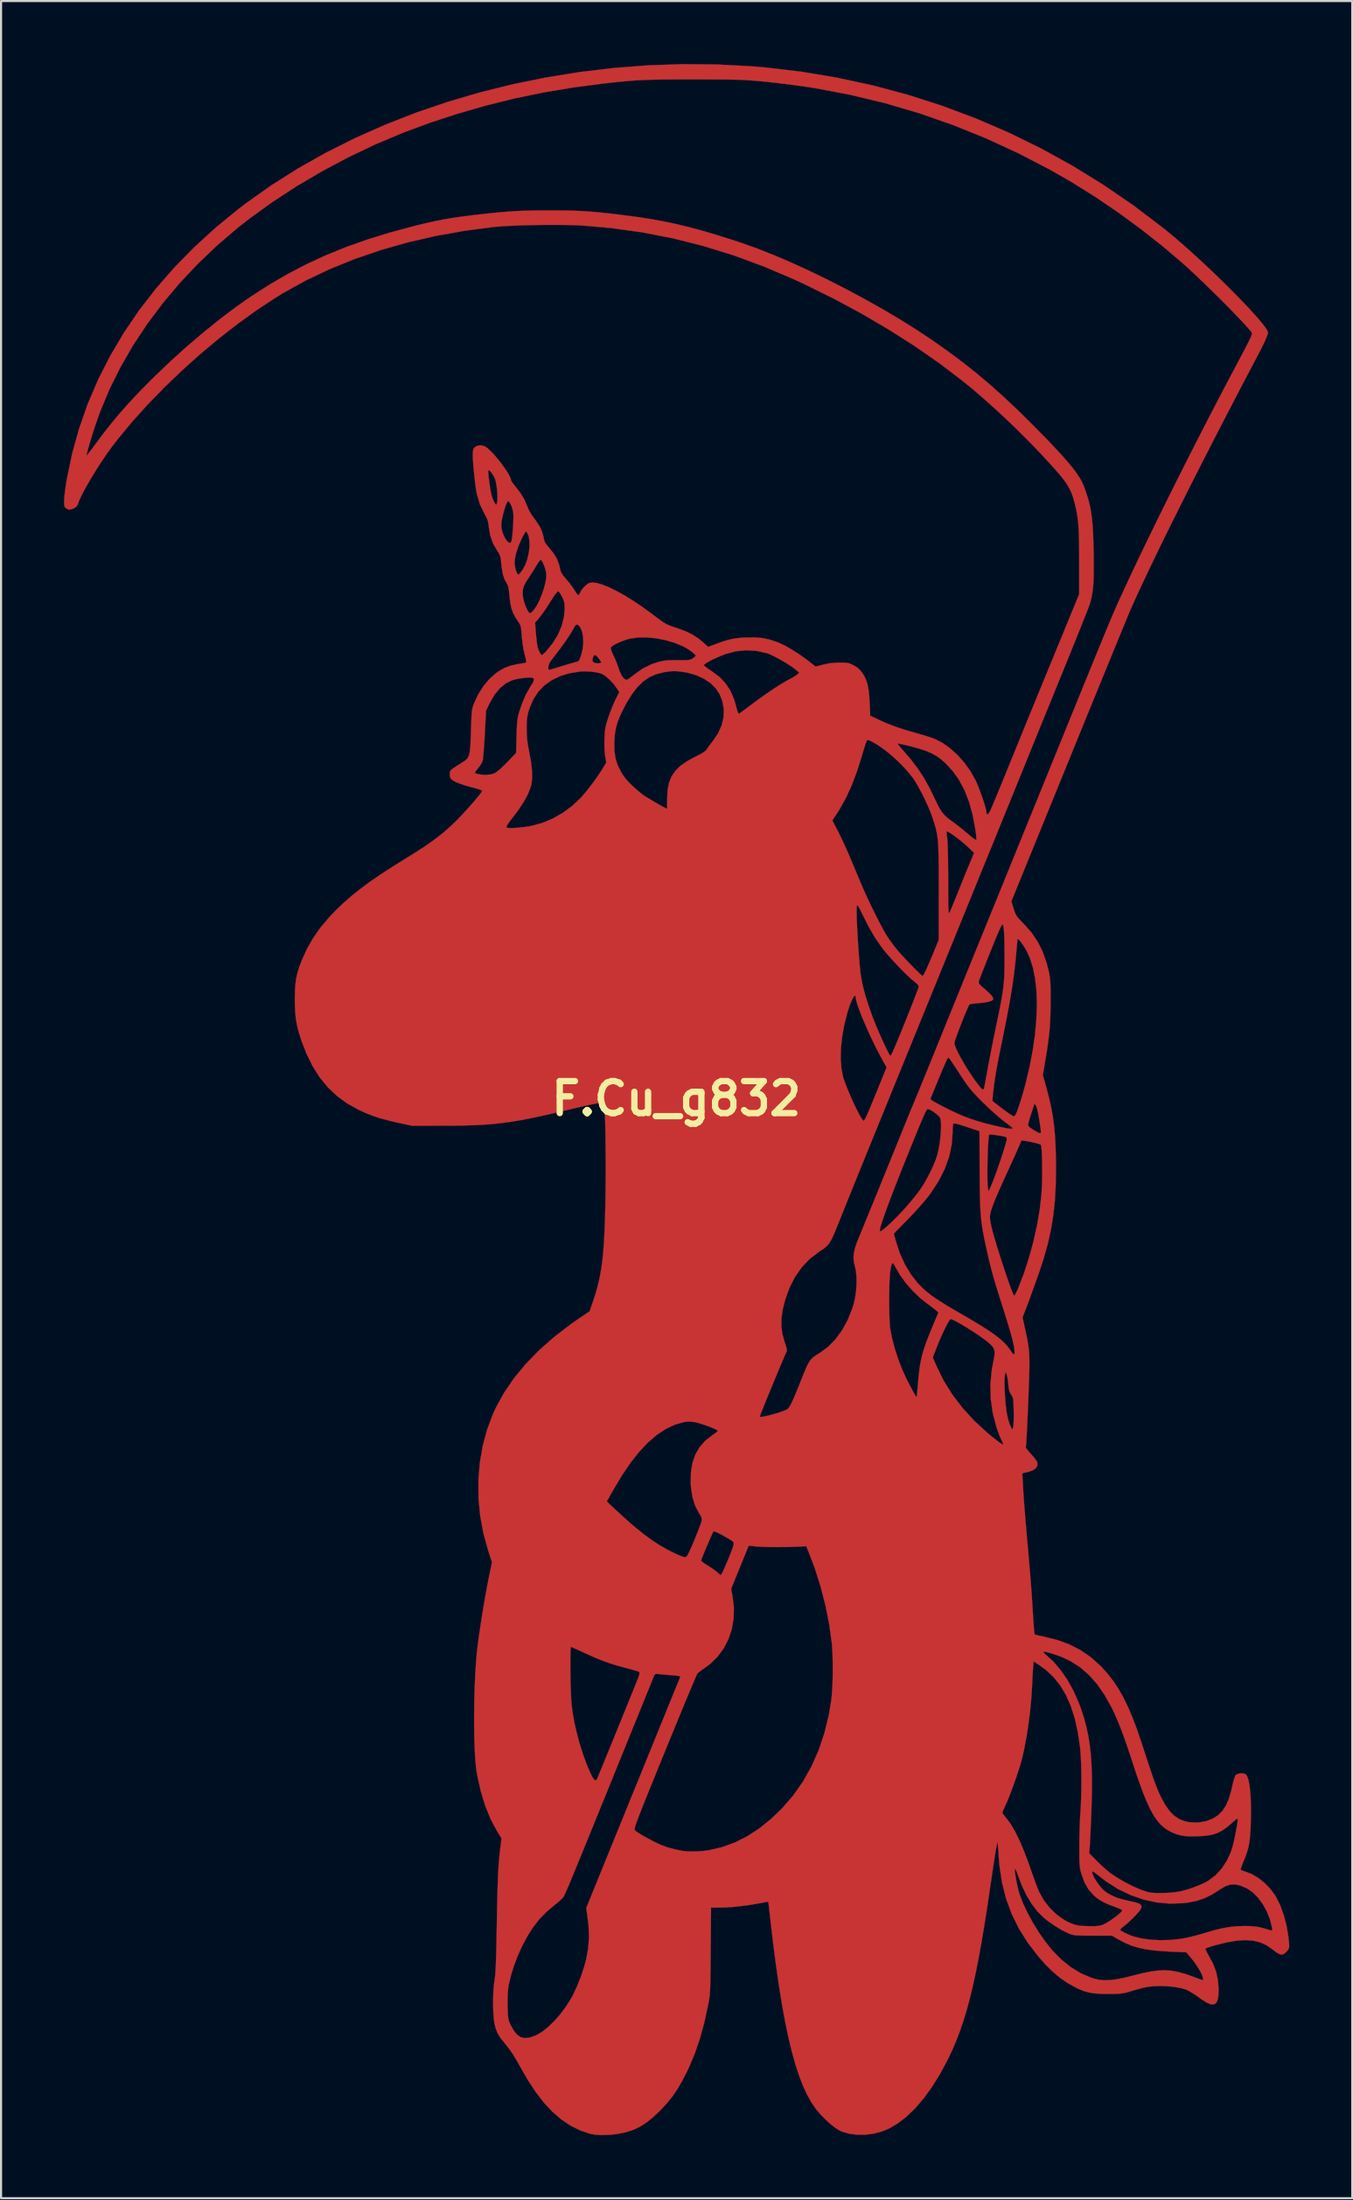
<source format=kicad_pcb>
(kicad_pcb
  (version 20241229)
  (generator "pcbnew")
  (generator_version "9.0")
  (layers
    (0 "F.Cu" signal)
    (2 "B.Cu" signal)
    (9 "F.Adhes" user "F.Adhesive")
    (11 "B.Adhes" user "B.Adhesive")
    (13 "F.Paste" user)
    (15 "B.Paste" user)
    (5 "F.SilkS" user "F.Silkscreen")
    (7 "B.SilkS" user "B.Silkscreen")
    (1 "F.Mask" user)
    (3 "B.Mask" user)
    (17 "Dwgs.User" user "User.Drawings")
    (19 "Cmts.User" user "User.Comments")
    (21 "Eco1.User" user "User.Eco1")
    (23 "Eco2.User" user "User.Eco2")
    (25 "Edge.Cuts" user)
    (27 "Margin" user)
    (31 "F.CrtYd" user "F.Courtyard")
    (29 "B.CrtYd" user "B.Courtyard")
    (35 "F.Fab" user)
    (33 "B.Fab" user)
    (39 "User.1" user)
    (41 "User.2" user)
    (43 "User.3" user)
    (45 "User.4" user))
  (footprint "F.Cu_g832"
    (layer "F.Cu")
    (at 29.171 49.265)
    (property "Reference" "F.Cu_g832" (at 0 0 0) (layer "F.SilkS") (effects (font (size 1.524 1.524) (thickness 0.3))))
    (attr through_hole)
    (fp_poly (pts (xy 1.963 -49.244) (xy 3.599 -49.157) (xy 4.214 -49.105) (xy 5.947 -48.902) (xy 7.659 -48.617) (xy 9.349 -48.252) (xy 11.014 -47.807) (xy 12.652 -47.283) (xy 14.26 -46.681) (xy 15.837 -46.002) (xy 17.38 -45.247) (xy 18.886 -44.417) (xy 20.354 -43.512) (xy 21.782 -42.534) (xy 23.167 -41.484) (xy 23.347 -41.339) (xy 23.688 -41.058) (xy 24.048 -40.749) (xy 24.422 -40.419) (xy 24.805 -40.073) (xy 25.191 -39.716) (xy 25.575 -39.352) (xy 25.953 -38.989) (xy 26.318 -38.629) (xy 26.665 -38.28) (xy 26.99 -37.946) (xy 27.287 -37.632) (xy 27.551 -37.343) (xy 27.777 -37.085) (xy 27.96 -36.864) (xy 28.093 -36.683) (xy 28.173 -36.549) (xy 28.194 -36.477) (xy 28.171 -36.374) (xy 28.104 -36.201) (xy 27.992 -35.958) (xy 27.837 -35.645) (xy 27.693 -35.37) (xy 27.141 -34.321) (xy 26.599 -33.284) (xy 26.069 -32.264) (xy 25.554 -31.266) (xy 25.057 -30.293) (xy 24.578 -29.352) (xy 24.122 -28.445) (xy 23.689 -27.579) (xy 23.283 -26.757) (xy 22.906 -25.984) (xy 22.559 -25.265) (xy 22.246 -24.605) (xy 21.968 -24.007) (xy 21.728 -23.477) (xy 21.643 -23.283) (xy 21.601 -23.187) (xy 21.53 -23.016) (xy 21.431 -22.776) (xy 21.305 -22.471) (xy 21.154 -22.105) (xy 20.981 -21.684) (xy 20.787 -21.21) (xy 20.574 -20.69) (xy 20.343 -20.126) (xy 20.097 -19.524) (xy 19.837 -18.889) (xy 19.565 -18.224) (xy 19.284 -17.534) (xy 18.994 -16.824) (xy 18.698 -16.097) (xy 18.689 -16.075) (xy 15.967 -9.396) (xy 16.074 -9.049) (xy 16.121 -8.902) (xy 16.166 -8.789) (xy 16.223 -8.691) (xy 16.303 -8.588) (xy 16.42 -8.462) (xy 16.567 -8.313) (xy 16.925 -7.908) (xy 17.22 -7.473) (xy 17.458 -6.996) (xy 17.645 -6.464) (xy 17.748 -6.061) (xy 17.777 -5.917) (xy 17.8 -5.779) (xy 17.816 -5.633) (xy 17.827 -5.462) (xy 17.833 -5.253) (xy 17.836 -4.989) (xy 17.837 -4.657) (xy 17.836 -4.636) (xy 17.832 -4.195) (xy 17.82 -3.8) (xy 17.799 -3.429) (xy 17.765 -3.061) (xy 17.718 -2.673) (xy 17.655 -2.243) (xy 17.582 -1.799) (xy 17.468 -1.121) (xy 17.644 -0.487) (xy 17.766 -0.021) (xy 17.865 0.424) (xy 17.944 0.866) (xy 18.004 1.318) (xy 18.047 1.798) (xy 18.074 2.32) (xy 18.089 2.899) (xy 18.092 3.344) (xy 18.079 4.138) (xy 18.038 4.872) (xy 17.964 5.565) (xy 17.853 6.238) (xy 17.703 6.91) (xy 17.51 7.6) (xy 17.27 8.329) (xy 17.148 8.671) (xy 17.068 8.891) (xy 16.994 9.095) (xy 16.933 9.263) (xy 16.893 9.377) (xy 16.886 9.398) (xy 16.85 9.499) (xy 16.792 9.655) (xy 16.721 9.843) (xy 16.667 9.983) (xy 16.499 10.419) (xy 16.632 11.02) (xy 16.694 11.305) (xy 16.743 11.552) (xy 16.779 11.776) (xy 16.804 11.993) (xy 16.82 12.218) (xy 16.826 12.468) (xy 16.825 12.758) (xy 16.817 13.103) (xy 16.806 13.449) (xy 16.789 13.903) (xy 16.773 14.347) (xy 16.755 14.774) (xy 16.738 15.176) (xy 16.721 15.543) (xy 16.705 15.869) (xy 16.689 16.146) (xy 16.676 16.364) (xy 16.664 16.517) (xy 16.655 16.595) (xy 16.652 16.604) (xy 16.671 16.646) (xy 16.737 16.734) (xy 16.838 16.853) (xy 16.903 16.924) (xy 17.027 17.065) (xy 17.128 17.197) (xy 17.192 17.3) (xy 17.204 17.331) (xy 17.203 17.48) (xy 17.123 17.606) (xy 16.969 17.708) (xy 16.744 17.782) (xy 16.649 17.8) (xy 16.538 17.823) (xy 16.49 17.856) (xy 16.485 17.918) (xy 16.489 17.942) (xy 16.497 18.027) (xy 16.507 18.175) (xy 16.519 18.368) (xy 16.529 18.585) (xy 16.53 18.605) (xy 16.54 18.776) (xy 16.556 19.017) (xy 16.578 19.316) (xy 16.604 19.657) (xy 16.634 20.028) (xy 16.667 20.416) (xy 16.699 20.786) (xy 16.748 21.33) (xy 16.789 21.801) (xy 16.824 22.211) (xy 16.855 22.57) (xy 16.881 22.89) (xy 16.904 23.183) (xy 16.924 23.459) (xy 16.943 23.73) (xy 16.961 24.008) (xy 16.98 24.304) (xy 16.993 24.524) (xy 17.011 24.802) (xy 17.029 25.05) (xy 17.045 25.257) (xy 17.059 25.41) (xy 17.071 25.498) (xy 17.075 25.513) (xy 17.124 25.531) (xy 17.237 25.56) (xy 17.396 25.595) (xy 17.513 25.619) (xy 18.155 25.779) (xy 18.737 25.992) (xy 19.266 26.264) (xy 19.75 26.597) (xy 20.198 26.997) (xy 20.272 27.073) (xy 20.562 27.397) (xy 20.827 27.739) (xy 21.073 28.11) (xy 21.305 28.518) (xy 21.526 28.973) (xy 21.743 29.484) (xy 21.96 30.06) (xy 22.182 30.709) (xy 22.203 30.776) (xy 22.354 31.241) (xy 22.483 31.634) (xy 22.593 31.964) (xy 22.686 32.239) (xy 22.767 32.469) (xy 22.838 32.663) (xy 22.903 32.829) (xy 22.964 32.976) (xy 23.025 33.113) (xy 23.089 33.249) (xy 23.093 33.257) (xy 23.297 33.633) (xy 23.508 33.93) (xy 23.735 34.156) (xy 23.985 34.317) (xy 24.265 34.42) (xy 24.457 34.458) (xy 24.854 34.474) (xy 25.239 34.41) (xy 25.554 34.29) (xy 25.806 34.133) (xy 26.017 33.926) (xy 26.191 33.661) (xy 26.333 33.332) (xy 26.449 32.931) (xy 26.48 32.791) (xy 26.527 32.585) (xy 26.576 32.407) (xy 26.621 32.274) (xy 26.655 32.209) (xy 26.744 32.159) (xy 26.878 32.133) (xy 27.017 32.133) (xy 27.123 32.165) (xy 27.124 32.165) (xy 27.196 32.256) (xy 27.258 32.425) (xy 27.308 32.667) (xy 27.346 32.977) (xy 27.371 33.348) (xy 27.382 33.776) (xy 27.379 34.255) (xy 27.377 34.327) (xy 27.365 34.718) (xy 27.347 35.041) (xy 27.321 35.312) (xy 27.283 35.547) (xy 27.232 35.763) (xy 27.164 35.976) (xy 27.076 36.201) (xy 27.046 36.274) (xy 26.976 36.444) (xy 26.924 36.587) (xy 26.895 36.684) (xy 26.892 36.714) (xy 26.939 36.748) (xy 27.041 36.789) (xy 27.121 36.813) (xy 27.421 36.926) (xy 27.728 37.107) (xy 28.026 37.344) (xy 28.297 37.622) (xy 28.525 37.928) (xy 28.567 37.997) (xy 28.77 38.4) (xy 28.941 38.866) (xy 29.075 39.376) (xy 29.166 39.912) (xy 29.19 40.136) (xy 29.203 40.3) (xy 29.202 40.407) (xy 29.182 40.481) (xy 29.136 40.55) (xy 29.083 40.612) (xy 28.983 40.711) (xy 28.889 40.759) (xy 28.785 40.755) (xy 28.659 40.697) (xy 28.495 40.582) (xy 28.387 40.496) (xy 28.115 40.31) (xy 27.818 40.177) (xy 27.489 40.098) (xy 27.121 40.071) (xy 26.708 40.097) (xy 26.241 40.175) (xy 25.716 40.305) (xy 25.633 40.329) (xy 25.463 40.38) (xy 25.324 40.426) (xy 25.236 40.459) (xy 25.217 40.47) (xy 25.221 40.519) (xy 25.263 40.618) (xy 25.334 40.749) (xy 25.349 40.774) (xy 25.569 41.179) (xy 25.72 41.57) (xy 25.808 41.97) (xy 25.84 42.4) (xy 25.84 42.418) (xy 25.831 42.71) (xy 25.793 42.925) (xy 25.723 43.065) (xy 25.618 43.132) (xy 25.473 43.128) (xy 25.286 43.052) (xy 25.051 42.908) (xy 24.903 42.801) (xy 24.72 42.672) (xy 24.534 42.555) (xy 24.37 42.463) (xy 24.28 42.422) (xy 24.032 42.352) (xy 23.727 42.299) (xy 23.388 42.266) (xy 23.041 42.256) (xy 22.839 42.263) (xy 22.672 42.274) (xy 22.53 42.288) (xy 22.395 42.309) (xy 22.248 42.34) (xy 22.073 42.386) (xy 21.849 42.449) (xy 21.611 42.52) (xy 21.449 42.565) (xy 21.306 42.597) (xy 21.16 42.617) (xy 20.988 42.629) (xy 20.769 42.634) (xy 20.595 42.635) (xy 20.229 42.629) (xy 19.925 42.607) (xy 19.664 42.565) (xy 19.425 42.499) (xy 19.188 42.404) (xy 19.044 42.335) (xy 18.647 42.115) (xy 18.278 41.861) (xy 17.924 41.563) (xy 17.568 41.208) (xy 17.237 40.831) (xy 16.737 40.177) (xy 16.318 39.506) (xy 15.977 38.813) (xy 15.712 38.09) (xy 15.521 37.332) (xy 15.426 36.704) (xy 16.131 36.704) (xy 16.134 36.801) (xy 16.153 36.949) (xy 16.183 37.132) (xy 16.221 37.335) (xy 16.266 37.542) (xy 16.314 37.736) (xy 16.363 37.903) (xy 16.365 37.91) (xy 16.522 38.32) (xy 16.732 38.765) (xy 16.983 39.226) (xy 17.263 39.681) (xy 17.562 40.112) (xy 17.866 40.498) (xy 17.919 40.56) (xy 18.345 40.994) (xy 18.8 41.359) (xy 19.276 41.649) (xy 19.768 41.86) (xy 19.918 41.908) (xy 20.156 41.961) (xy 20.41 41.983) (xy 20.691 41.973) (xy 21.013 41.93) (xy 21.389 41.853) (xy 21.738 41.765) (xy 22.196 41.65) (xy 22.592 41.568) (xy 22.943 41.52) (xy 23.266 41.505) (xy 23.578 41.526) (xy 23.894 41.583) (xy 24.233 41.675) (xy 24.61 41.805) (xy 24.818 41.883) (xy 24.965 41.939) (xy 25.05 41.966) (xy 25.091 41.964) (xy 25.103 41.936) (xy 25.104 41.905) (xy 25.078 41.797) (xy 25.01 41.641) (xy 24.907 41.454) (xy 24.782 41.256) (xy 24.643 41.062) (xy 24.552 40.948) (xy 24.3 40.651) (xy 23.633 40.623) (xy 23.133 40.595) (xy 22.704 40.555) (xy 22.332 40.501) (xy 22.002 40.429) (xy 21.7 40.336) (xy 21.414 40.217) (xy 21.128 40.072) (xy 21.018 40.009) (xy 20.765 39.86) (xy 19.854 39.859) (xy 19.553 39.858) (xy 19.322 39.855) (xy 19.149 39.85) (xy 19.019 39.841) (xy 18.918 39.826) (xy 18.834 39.805) (xy 18.752 39.775) (xy 18.682 39.746) (xy 18.364 39.59) (xy 18.021 39.382) (xy 17.682 39.141) (xy 17.497 38.992) (xy 17.209 38.705) (xy 16.934 38.345) (xy 16.683 37.926) (xy 16.461 37.46) (xy 16.3 37.033) (xy 16.244 36.875) (xy 16.192 36.751) (xy 16.154 36.681) (xy 16.144 36.673) (xy 16.131 36.704) (xy 15.426 36.704) (xy 15.4 36.531) (xy 15.365 36.101) (xy 15.35 35.87) (xy 15.336 35.671) (xy 15.324 35.518) (xy 15.314 35.425) (xy 15.31 35.404) (xy 15.295 35.437) (xy 15.27 35.552) (xy 15.234 35.75) (xy 15.187 36.029) (xy 15.131 36.388) (xy 15.064 36.828) (xy 14.988 37.346) (xy 14.964 37.507) (xy 14.82 38.478) (xy 14.679 39.37) (xy 14.541 40.19) (xy 14.405 40.942) (xy 14.267 41.633) (xy 14.128 42.269) (xy 13.986 42.855) (xy 13.839 43.397) (xy 13.686 43.902) (xy 13.526 44.374) (xy 13.357 44.821) (xy 13.177 45.246) (xy 12.985 45.658) (xy 12.934 45.762) (xy 12.571 46.44) (xy 12.189 47.054) (xy 11.793 47.6) (xy 11.385 48.077) (xy 10.967 48.48) (xy 10.542 48.807) (xy 10.114 49.054) (xy 9.819 49.177) (xy 9.421 49.284) (xy 9.01 49.338) (xy 8.604 49.339) (xy 8.222 49.288) (xy 7.884 49.184) (xy 7.801 49.147) (xy 7.609 49.031) (xy 7.386 48.86) (xy 7.15 48.651) (xy 6.919 48.419) (xy 6.71 48.181) (xy 6.644 48.097) (xy 6.43 47.783) (xy 6.226 47.415) (xy 6.032 46.992) (xy 5.847 46.51) (xy 5.67 45.967) (xy 5.502 45.36) (xy 5.34 44.686) (xy 5.185 43.944) (xy 5.036 43.129) (xy 4.893 42.241) (xy 4.754 41.275) (xy 4.618 40.229) (xy 4.505 39.264) (xy 4.473 38.981) (xy 4.444 38.728) (xy 4.419 38.517) (xy 4.401 38.358) (xy 4.389 38.263) (xy 4.386 38.242) (xy 4.345 38.247) (xy 4.24 38.265) (xy 4.087 38.293) (xy 3.97 38.315) (xy 3.545 38.389) (xy 3.109 38.449) (xy 2.687 38.493) (xy 2.305 38.518) (xy 2.089 38.523) (xy 1.657 38.523) (xy 1.641 40.566) (xy 1.637 41.035) (xy 1.633 41.429) (xy 1.629 41.757) (xy 1.625 42.027) (xy 1.619 42.25) (xy 1.611 42.433) (xy 1.601 42.586) (xy 1.589 42.719) (xy 1.574 42.839) (xy 1.555 42.958) (xy 1.532 43.083) (xy 1.509 43.201) (xy 1.33 44.023) (xy 1.122 44.776) (xy 0.882 45.475) (xy 0.605 46.132) (xy 0.509 46.334) (xy 0.284 46.773) (xy 0.065 47.15) (xy -0.161 47.485) (xy -0.409 47.796) (xy -0.691 48.105) (xy -0.802 48.218) (xy -1.12 48.516) (xy -1.412 48.752) (xy -1.697 48.936) (xy -1.99 49.08) (xy -2.17 49.149) (xy -2.482 49.238) (xy -2.83 49.304) (xy -3.191 49.343) (xy -3.541 49.355) (xy -3.857 49.338) (xy -4.098 49.295) (xy -4.581 49.131) (xy -5.039 48.904) (xy -5.476 48.611) (xy -5.896 48.249) (xy -6.301 47.815) (xy -6.695 47.305) (xy -7.081 46.716) (xy -7.41 46.143) (xy -7.601 45.803) (xy -7.772 45.522) (xy -7.936 45.282) (xy -8.106 45.062) (xy -8.188 44.964) (xy -8.377 44.726) (xy -8.511 44.507) (xy -8.602 44.281) (xy -8.661 44.042) (xy -8.695 43.795) (xy -8.717 43.488) (xy -8.727 43.146) (xy -8.725 42.958) (xy -8.038 42.958) (xy -8.037 43.209) (xy -8.036 43.237) (xy -8.029 43.481) (xy -8.019 43.659) (xy -8.004 43.792) (xy -7.98 43.898) (xy -7.945 43.997) (xy -7.904 44.088) (xy -7.751 44.37) (xy -7.589 44.57) (xy -7.411 44.692) (xy -7.208 44.737) (xy -6.975 44.71) (xy -6.702 44.613) (xy -6.638 44.583) (xy -6.375 44.426) (xy -6.095 44.202) (xy -5.809 43.923) (xy -5.529 43.603) (xy -5.267 43.254) (xy -5.034 42.889) (xy -4.938 42.717) (xy -4.733 42.286) (xy -4.543 41.809) (xy -4.384 41.326) (xy -4.291 40.979) (xy -4.196 40.454) (xy -4.158 39.942) (xy -4.177 39.414) (xy -4.212 39.105) (xy -4.287 38.542) (xy -4.013 37.866) (xy -3.956 37.726) (xy -3.87 37.514) (xy -3.757 37.238) (xy -3.622 36.904) (xy -3.465 36.519) (xy -3.291 36.091) (xy -3.101 35.625) (xy -2.9 35.13) (xy -2.767 34.804) (xy -1.983 34.804) (xy -1.976 34.827) (xy -1.965 34.844) (xy -1.963 34.847) (xy -1.885 34.91) (xy -1.747 35.001) (xy -1.565 35.109) (xy -1.357 35.225) (xy -1.138 35.342) (xy -0.925 35.448) (xy -0.735 35.535) (xy -0.716 35.543) (xy -0.406 35.655) (xy -0.046 35.752) (xy 0.328 35.826) (xy 0.339 35.828) (xy 0.532 35.846) (xy 0.78 35.85) (xy 1.052 35.842) (xy 1.319 35.822) (xy 1.55 35.791) (xy 2.183 35.644) (xy 2.793 35.423) (xy 3.383 35.126) (xy 3.958 34.751) (xy 4.522 34.296) (xy 4.828 34.001) (xy 15.536 34.001) (xy 15.562 34.048) (xy 15.63 34.143) (xy 15.727 34.268) (xy 15.773 34.323) (xy 15.96 34.583) (xy 16.155 34.922) (xy 16.357 35.334) (xy 16.562 35.815) (xy 16.768 36.358) (xy 16.852 36.597) (xy 16.95 36.878) (xy 17.049 37.151) (xy 17.141 37.4) (xy 17.221 37.607) (xy 17.281 37.756) (xy 17.293 37.782) (xy 17.514 38.175) (xy 17.797 38.539) (xy 18.127 38.856) (xy 18.489 39.112) (xy 18.644 39.196) (xy 18.831 39.281) (xy 18.999 39.34) (xy 19.172 39.378) (xy 19.375 39.398) (xy 19.632 39.406) (xy 19.706 39.407) (xy 19.935 39.406) (xy 20.101 39.395) (xy 20.226 39.374) (xy 20.331 39.338) (xy 20.352 39.329) (xy 20.498 39.252) (xy 20.665 39.149) (xy 20.835 39.032) (xy 20.995 38.911) (xy 21.127 38.8) (xy 21.218 38.709) (xy 21.251 38.649) (xy 21.214 38.621) (xy 21.115 38.574) (xy 20.971 38.516) (xy 20.892 38.486) (xy 20.592 38.371) (xy 20.355 38.262) (xy 20.159 38.149) (xy 19.985 38.02) (xy 19.888 37.935) (xy 19.647 37.662) (xy 19.454 37.326) (xy 19.305 36.922) (xy 19.294 36.886) (xy 19.289 36.865) (xy 19.819 36.865) (xy 19.855 36.978) (xy 19.928 37.124) (xy 20.028 37.287) (xy 20.146 37.452) (xy 20.271 37.604) (xy 20.395 37.725) (xy 20.399 37.729) (xy 20.511 37.808) (xy 20.664 37.899) (xy 20.798 37.967) (xy 20.904 38.015) (xy 21.011 38.057) (xy 21.133 38.096) (xy 21.285 38.137) (xy 21.484 38.185) (xy 21.743 38.243) (xy 21.879 38.273) (xy 22.055 38.33) (xy 22.151 38.408) (xy 22.166 38.511) (xy 22.104 38.639) (xy 22.089 38.66) (xy 21.961 38.81) (xy 21.793 38.987) (xy 21.609 39.166) (xy 21.432 39.324) (xy 21.309 39.421) (xy 21.212 39.5) (xy 21.155 39.564) (xy 21.15 39.589) (xy 21.207 39.635) (xy 21.323 39.7) (xy 21.477 39.773) (xy 21.648 39.845) (xy 21.8 39.9) (xy 22.17 39.992) (xy 22.596 40.051) (xy 23.058 40.075) (xy 23.533 40.063) (xy 24 40.016) (xy 24.286 39.966) (xy 24.519 39.913) (xy 24.791 39.844) (xy 25.058 39.769) (xy 25.188 39.73) (xy 25.625 39.601) (xy 26.008 39.508) (xy 26.36 39.446) (xy 26.702 39.411) (xy 27.056 39.4) (xy 27.072 39.4) (xy 27.329 39.404) (xy 27.54 39.417) (xy 27.731 39.444) (xy 27.932 39.49) (xy 28.17 39.559) (xy 28.313 39.604) (xy 28.375 39.618) (xy 28.398 39.594) (xy 28.391 39.511) (xy 28.384 39.471) (xy 28.289 39.084) (xy 28.141 38.709) (xy 27.949 38.36) (xy 27.722 38.052) (xy 27.469 37.798) (xy 27.2 37.612) (xy 27.16 37.591) (xy 26.873 37.471) (xy 26.623 37.416) (xy 26.39 37.428) (xy 26.158 37.508) (xy 25.908 37.656) (xy 25.895 37.665) (xy 25.524 37.901) (xy 25.169 38.076) (xy 24.803 38.199) (xy 24.4 38.281) (xy 24.146 38.312) (xy 23.517 38.334) (xy 22.884 38.275) (xy 22.256 38.137) (xy 21.641 37.923) (xy 21.047 37.636) (xy 20.482 37.277) (xy 20.161 37.029) (xy 20.025 36.922) (xy 19.915 36.843) (xy 19.844 36.802) (xy 19.828 36.8) (xy 19.819 36.865) (xy 19.289 36.865) (xy 19.264 36.77) (xy 19.241 36.659) (xy 19.225 36.538) (xy 19.214 36.394) (xy 19.208 36.212) (xy 19.205 35.977) (xy 19.205 35.676) (xy 19.205 35.581) (xy 19.208 35.256) (xy 19.215 34.917) (xy 19.226 34.587) (xy 19.239 34.29) (xy 19.253 34.051) (xy 19.256 34.015) (xy 19.277 33.675) (xy 19.292 33.287) (xy 19.301 32.869) (xy 19.303 32.438) (xy 19.299 32.014) (xy 19.288 31.614) (xy 19.271 31.257) (xy 19.248 30.96) (xy 19.24 30.889) (xy 19.133 30.163) (xy 18.987 29.51) (xy 18.8 28.926) (xy 18.572 28.407) (xy 18.3 27.95) (xy 17.983 27.552) (xy 17.617 27.207) (xy 17.265 26.952) (xy 17.025 26.799) (xy 17.001 27.105) (xy 16.99 27.271) (xy 16.977 27.492) (xy 16.964 27.738) (xy 16.954 27.961) (xy 16.917 28.556) (xy 16.857 29.18) (xy 16.778 29.808) (xy 16.683 30.419) (xy 16.575 30.99) (xy 16.468 31.453) (xy 16.399 31.697) (xy 16.307 31.993) (xy 16.198 32.32) (xy 16.08 32.656) (xy 15.961 32.98) (xy 15.848 33.272) (xy 15.748 33.51) (xy 15.722 33.566) (xy 15.645 33.735) (xy 15.583 33.876) (xy 15.545 33.971) (xy 15.536 34.001) (xy 4.828 34.001) (xy 5.044 33.793) (xy 5.572 33.184) (xy 6.039 32.518) (xy 6.444 31.797) (xy 6.785 31.026) (xy 7.061 30.205) (xy 7.272 29.339) (xy 7.388 28.637) (xy 7.417 28.359) (xy 7.438 28.018) (xy 7.452 27.635) (xy 7.458 27.231) (xy 7.456 26.828) (xy 7.445 26.446) (xy 7.44 26.345) (xy 17.498 26.345) (xy 17.51 26.386) (xy 17.573 26.451) (xy 17.594 26.468) (xy 17.961 26.8) (xy 18.31 27.205) (xy 18.633 27.675) (xy 18.925 28.2) (xy 19.178 28.769) (xy 19.295 29.083) (xy 19.427 29.496) (xy 19.538 29.907) (xy 19.628 30.326) (xy 19.699 30.763) (xy 19.751 31.227) (xy 19.785 31.729) (xy 19.802 32.279) (xy 19.804 32.886) (xy 19.79 33.56) (xy 19.774 34.057) (xy 19.76 34.394) (xy 19.746 34.718) (xy 19.733 35.016) (xy 19.72 35.274) (xy 19.709 35.478) (xy 19.7 35.613) (xy 19.699 35.631) (xy 19.673 35.934) (xy 20.071 36.333) (xy 20.249 36.505) (xy 20.437 36.675) (xy 20.611 36.823) (xy 20.743 36.924) (xy 21.069 37.136) (xy 21.42 37.337) (xy 21.777 37.516) (xy 22.117 37.664) (xy 22.42 37.769) (xy 22.488 37.787) (xy 22.662 37.815) (xy 22.896 37.829) (xy 23.167 37.829) (xy 23.452 37.817) (xy 23.728 37.793) (xy 23.971 37.758) (xy 24.036 37.745) (xy 24.324 37.669) (xy 24.634 37.566) (xy 24.938 37.447) (xy 25.206 37.323) (xy 25.339 37.25) (xy 25.68 36.997) (xy 25.98 36.677) (xy 26.231 36.298) (xy 26.426 35.872) (xy 26.495 35.666) (xy 26.534 35.515) (xy 26.58 35.318) (xy 26.627 35.094) (xy 26.671 34.865) (xy 26.71 34.651) (xy 26.739 34.472) (xy 26.754 34.347) (xy 26.755 34.321) (xy 26.742 34.29) (xy 26.699 34.305) (xy 26.614 34.37) (xy 26.517 34.456) (xy 26.252 34.685) (xy 26.012 34.854) (xy 25.776 34.974) (xy 25.522 35.054) (xy 25.228 35.101) (xy 24.873 35.125) (xy 24.871 35.125) (xy 24.539 35.132) (xy 24.269 35.119) (xy 24.039 35.085) (xy 23.827 35.025) (xy 23.611 34.936) (xy 23.586 34.925) (xy 23.395 34.821) (xy 23.219 34.695) (xy 23.053 34.54) (xy 22.895 34.35) (xy 22.741 34.12) (xy 22.588 33.843) (xy 22.432 33.514) (xy 22.271 33.126) (xy 22.101 32.673) (xy 21.919 32.15) (xy 21.721 31.55) (xy 21.717 31.538) (xy 21.534 30.98) (xy 21.365 30.493) (xy 21.207 30.064) (xy 21.055 29.682) (xy 20.905 29.335) (xy 20.751 29.012) (xy 20.739 28.987) (xy 20.41 28.395) (xy 20.053 27.882) (xy 19.665 27.444) (xy 19.244 27.08) (xy 18.787 26.786) (xy 18.407 26.606) (xy 18.19 26.522) (xy 17.979 26.449) (xy 17.788 26.391) (xy 17.633 26.353) (xy 17.53 26.339) (xy 17.498 26.345) (xy 7.44 26.345) (xy 7.427 26.107) (xy 7.412 25.929) (xy 7.292 25.055) (xy 7.112 24.152) (xy 6.881 23.248) (xy 6.603 22.368) (xy 6.316 21.611) (xy 6.194 21.315) (xy 5.774 21.336) (xy 5.464 21.348) (xy 5.125 21.355) (xy 4.776 21.356) (xy 4.44 21.353) (xy 4.136 21.345) (xy 3.885 21.332) (xy 3.789 21.324) (xy 3.45 21.291) (xy 3.032 22.318) (xy 2.614 23.345) (xy 2.683 23.706) (xy 2.746 24.237) (xy 2.733 24.757) (xy 2.647 25.258) (xy 2.49 25.731) (xy 2.266 26.169) (xy 1.977 26.564) (xy 1.627 26.91) (xy 1.358 27.11) (xy 1.215 27.209) (xy 1.093 27.3) (xy 1.016 27.367) (xy 1.01 27.374) (xy 0.984 27.424) (xy 0.929 27.547) (xy 0.846 27.737) (xy 0.739 27.989) (xy 0.61 28.297) (xy 0.46 28.655) (xy 0.293 29.058) (xy 0.11 29.501) (xy -0.086 29.977) (xy -0.293 30.481) (xy -0.508 31.008) (xy -0.549 31.108) (xy -0.801 31.726) (xy -1.022 32.27) (xy -1.215 32.746) (xy -1.381 33.157) (xy -1.523 33.509) (xy -1.642 33.807) (xy -1.739 34.055) (xy -1.818 34.258) (xy -1.878 34.421) (xy -1.923 34.549) (xy -1.954 34.646) (xy -1.974 34.718) (xy -1.982 34.769) (xy -1.983 34.804) (xy -2.767 34.804) (xy -2.688 34.611) (xy -2.471 34.076) (xy -2.265 33.57) (xy -2.038 33.012) (xy -1.81 32.452) (xy -1.585 31.9) (xy -1.367 31.363) (xy -1.158 30.85) (xy -0.962 30.369) (xy -0.783 29.928) (xy -0.622 29.534) (xy -0.485 29.197) (xy -0.374 28.923) (xy -0.31 28.765) (xy -0.188 28.467) (xy -0.077 28.193) (xy 0.021 27.953) (xy 0.101 27.758) (xy 0.159 27.618) (xy 0.19 27.543) (xy 0.194 27.533) (xy 0.168 27.506) (xy 0.062 27.483) (xy -0.127 27.463) (xy -0.199 27.457) (xy -0.405 27.442) (xy -0.604 27.425) (xy -0.763 27.41) (xy -0.813 27.404) (xy -0.937 27.393) (xy -1.004 27.406) (xy -1.042 27.451) (xy -1.055 27.48) (xy -1.077 27.532) (xy -1.128 27.658) (xy -1.206 27.851) (xy -1.31 28.107) (xy -1.437 28.418) (xy -1.584 28.781) (xy -1.75 29.19) (xy -1.932 29.639) (xy -2.129 30.122) (xy -2.337 30.635) (xy -2.555 31.171) (xy -2.669 31.454) (xy -3.011 32.296) (xy -3.323 33.064) (xy -3.606 33.759) (xy -3.861 34.387) (xy -4.091 34.951) (xy -4.296 35.453) (xy -4.477 35.898) (xy -4.638 36.289) (xy -4.778 36.63) (xy -4.899 36.923) (xy -5.003 37.173) (xy -5.09 37.383) (xy -5.164 37.556) (xy -5.225 37.696) (xy -5.274 37.807) (xy -5.312 37.892) (xy -5.343 37.954) (xy -5.366 37.997) (xy -5.383 38.024) (xy -5.383 38.025) (xy -5.452 38.1) (xy -5.569 38.21) (xy -5.717 38.335) (xy -5.819 38.417) (xy -6.193 38.735) (xy -6.52 39.071) (xy -6.812 39.443) (xy -7.083 39.866) (xy -7.344 40.356) (xy -7.369 40.407) (xy -7.566 40.851) (xy -7.74 41.312) (xy -7.88 41.766) (xy -7.979 42.187) (xy -8.003 42.327) (xy -8.02 42.489) (xy -8.032 42.709) (xy -8.038 42.958) (xy -8.725 42.958) (xy -8.724 42.792) (xy -8.709 42.451) (xy -8.681 42.147) (xy -8.659 41.995) (xy -8.642 41.881) (xy -8.627 41.742) (xy -8.614 41.57) (xy -8.602 41.357) (xy -8.591 41.097) (xy -8.581 40.783) (xy -8.571 40.407) (xy -8.562 39.961) (xy -8.552 39.44) (xy -8.55 39.328) (xy -8.54 38.75) (xy -8.529 38.248) (xy -8.519 37.811) (xy -8.507 37.432) (xy -8.495 37.1) (xy -8.481 36.807) (xy -8.465 36.543) (xy -8.446 36.299) (xy -8.425 36.066) (xy -8.4 35.833) (xy -8.379 35.654) (xy -8.327 35.224) (xy -8.545 34.868) (xy -8.843 34.312) (xy -9.099 33.684) (xy -9.313 32.984) (xy -9.485 32.211) (xy -9.503 32.11) (xy -9.543 31.824) (xy -9.575 31.466) (xy -9.6 31.046) (xy -9.618 30.577) (xy -9.628 30.069) (xy -9.631 29.535) (xy -9.627 28.985) (xy -9.616 28.431) (xy -9.598 27.885) (xy -9.574 27.359) (xy -9.545 26.91) (xy -5.047 26.91) (xy -5.046 27.197) (xy -5.042 27.499) (xy -5.035 27.805) (xy -5.027 28.103) (xy -5.016 28.381) (xy -5.004 28.628) (xy -4.992 28.806) (xy -4.942 29.224) (xy -4.857 29.694) (xy -4.743 30.195) (xy -4.606 30.704) (xy -4.452 31.199) (xy -4.285 31.659) (xy -4.195 31.878) (xy -4.083 32.13) (xy -3.993 32.308) (xy -3.922 32.417) (xy -3.864 32.463) (xy -3.815 32.452) (xy -3.774 32.396) (xy -3.751 32.344) (xy -3.7 32.222) (xy -3.624 32.039) (xy -3.527 31.802) (xy -3.411 31.52) (xy -3.281 31.201) (xy -3.139 30.855) (xy -2.989 30.488) (xy -2.835 30.109) (xy -2.68 29.728) (xy -2.527 29.351) (xy -2.379 28.989) (xy -2.241 28.648) (xy -2.115 28.337) (xy -2.005 28.065) (xy -1.915 27.839) (xy -1.847 27.67) (xy -1.805 27.563) (xy -1.799 27.546) (xy -1.758 27.409) (xy -1.753 27.321) (xy -1.762 27.304) (xy -1.815 27.28) (xy -1.935 27.24) (xy -2.104 27.191) (xy -2.307 27.135) (xy -2.372 27.119) (xy -2.789 27.006) (xy -3.162 26.89) (xy -3.519 26.763) (xy -3.888 26.613) (xy -4.297 26.429) (xy -4.339 26.41) (xy -4.554 26.311) (xy -4.743 26.225) (xy -4.893 26.159) (xy -4.989 26.117) (xy -5.016 26.107) (xy -5.028 26.145) (xy -5.037 26.256) (xy -5.043 26.428) (xy -5.046 26.65) (xy -5.047 26.91) (xy -9.545 26.91) (xy -9.542 26.863) (xy -9.504 26.41) (xy -9.462 26.035) (xy -9.385 25.474) (xy -9.295 24.872) (xy -9.196 24.256) (xy -9.091 23.653) (xy -8.986 23.089) (xy -8.92 22.754) (xy -8.78 22.077) (xy -8.806 21.998) (xy 1.185 21.998) (xy 1.22 22.041) (xy 1.311 22.113) (xy 1.444 22.202) (xy 1.524 22.251) (xy 1.689 22.355) (xy 1.839 22.459) (xy 1.95 22.547) (xy 1.976 22.571) (xy 2.056 22.648) (xy 2.112 22.689) (xy 2.12 22.691) (xy 2.148 22.654) (xy 2.201 22.556) (xy 2.269 22.414) (xy 2.32 22.299) (xy 2.466 21.96) (xy 2.577 21.69) (xy 2.657 21.483) (xy 2.708 21.33) (xy 2.731 21.236) (xy 2.738 21.18) (xy 2.73 21.134) (xy 2.694 21.088) (xy 2.619 21.033) (xy 2.494 20.956) (xy 2.309 20.85) (xy 2.283 20.835) (xy 2.103 20.737) (xy 1.95 20.661) (xy 1.837 20.613) (xy 1.781 20.601) (xy 1.778 20.602) (xy 1.748 20.654) (xy 1.694 20.769) (xy 1.623 20.929) (xy 1.54 21.119) (xy 1.452 21.324) (xy 1.367 21.526) (xy 1.291 21.711) (xy 1.231 21.863) (xy 1.194 21.964) (xy 1.185 21.998) (xy -8.806 21.998) (xy -8.96 21.526) (xy -9.189 20.7) (xy -9.343 19.861) (xy -9.407 19.183) (xy -3.311 19.183) (xy -2.9 19.569) (xy -2.415 20.014) (xy -1.973 20.398) (xy -1.564 20.728) (xy -1.18 21.011) (xy -0.813 21.253) (xy -0.452 21.461) (xy -0.275 21.552) (xy -0.029 21.671) (xy 0.175 21.76) (xy 0.327 21.816) (xy 0.417 21.835) (xy 0.423 21.835) (xy 0.462 21.824) (xy 0.5 21.793) (xy 0.543 21.732) (xy 0.597 21.632) (xy 0.666 21.482) (xy 0.757 21.273) (xy 0.859 21.029) (xy 0.962 20.778) (xy 1.054 20.546) (xy 1.13 20.347) (xy 1.184 20.195) (xy 1.212 20.104) (xy 1.213 20.097) (xy 1.215 19.999) (xy 1.181 19.896) (xy 1.102 19.761) (xy 1.084 19.735) (xy 0.902 19.394) (xy 0.776 18.995) (xy 0.704 18.535) (xy 0.69 18.309) (xy 0.699 17.803) (xy 0.771 17.351) (xy 0.908 16.951) (xy 1.111 16.599) (xy 1.381 16.293) (xy 1.72 16.027) (xy 1.74 16.014) (xy 1.861 15.93) (xy 1.946 15.859) (xy 1.977 15.816) (xy 1.976 15.815) (xy 1.93 15.777) (xy 1.82 15.722) (xy 1.665 15.656) (xy 1.482 15.586) (xy 1.288 15.519) (xy 1.103 15.46) (xy 0.942 15.418) (xy 0.882 15.405) (xy 0.653 15.377) (xy 0.456 15.386) (xy 0.373 15.4) (xy -0.067 15.526) (xy -0.498 15.729) (xy -0.922 16.008) (xy -1.34 16.366) (xy -1.754 16.803) (xy -2.165 17.321) (xy -2.575 17.92) (xy -2.984 18.604) (xy -2.985 18.605) (xy -3.311 19.183) (xy -9.407 19.183) (xy -9.422 19.017) (xy -9.428 18.175) (xy -9.361 17.344) (xy -9.22 16.531) (xy -9.007 15.744) (xy -8.722 14.992) (xy -8.592 14.711) (xy -8.199 13.999) (xy -7.724 13.306) (xy -7.168 12.633) (xy -6.531 11.979) (xy -5.814 11.346) (xy -5.017 10.735) (xy -4.572 10.426) (xy -4.128 10.128) (xy -3.97 9.668) (xy -3.866 9.353) (xy -3.775 9.045) (xy -3.697 8.736) (xy -3.629 8.417) (xy -3.571 8.081) (xy -3.522 7.72) (xy -3.481 7.326) (xy -3.448 6.891) (xy -3.421 6.406) (xy -3.4 5.863) (xy -3.383 5.256) (xy -3.37 4.575) (xy -3.366 4.276) (xy -3.362 3.89) (xy -3.36 3.484) (xy -3.36 3.067) (xy -3.363 2.647) (xy -3.367 2.232) (xy -3.372 1.833) (xy -3.379 1.457) (xy -3.387 1.113) (xy -3.397 0.81) (xy -3.407 0.557) (xy -3.418 0.363) (xy -3.43 0.236) (xy -3.441 0.185) (xy -3.495 0.182) (xy -3.622 0.198) (xy -3.815 0.232) (xy -4.066 0.283) (xy -4.367 0.348) (xy -4.71 0.426) (xy -5.088 0.515) (xy -5.126 0.525) (xy -5.784 0.681) (xy -6.373 0.816) (xy -6.906 0.929) (xy -7.397 1.024) (xy -7.857 1.101) (xy -8.301 1.162) (xy -8.74 1.209) (xy -9.188 1.243) (xy -9.657 1.266) (xy -10.161 1.281) (xy -10.711 1.288) (xy -11.007 1.289) (xy -12.594 1.291) (xy -13.245 1.151) (xy -13.707 1.044) (xy -14.106 0.935) (xy -14.467 0.816) (xy -14.812 0.679) (xy -15.136 0.53) (xy -15.678 0.229) (xy -16.163 -0.125) (xy -16.597 -0.535) (xy -16.983 -1.006) (xy -17.323 -1.542) (xy -17.494 -1.89) (xy 7.835 -1.89) (xy 7.871 -1.425) (xy 7.953 -1.017) (xy 7.993 -0.889) (xy 8.085 -0.64) (xy 8.192 -0.373) (xy 8.309 -0.1) (xy 8.43 0.169) (xy 8.549 0.422) (xy 8.663 0.647) (xy 8.764 0.834) (xy 8.848 0.971) (xy 8.909 1.047) (xy 8.931 1.058) (xy 8.963 1.023) (xy 9.017 0.929) (xy 9.081 0.798) (xy 9.083 0.794) (xy 9.132 0.681) (xy 9.207 0.503) (xy 9.302 0.276) (xy 9.411 0.013) (xy 9.527 -0.271) (xy 9.613 -0.481) (xy 10.023 -1.491) (xy 9.875 -1.751) (xy 9.706 -2.06) (xy 9.533 -2.394) (xy 9.361 -2.744) (xy 9.194 -3.1) (xy 9.037 -3.45) (xy 8.894 -3.784) (xy 8.77 -4.091) (xy 8.67 -4.362) (xy 8.597 -4.585) (xy 8.558 -4.749) (xy 8.551 -4.813) (xy 8.539 -4.893) (xy 8.505 -4.9) (xy 8.453 -4.844) (xy 8.389 -4.731) (xy 8.317 -4.571) (xy 8.241 -4.371) (xy 8.166 -4.139) (xy 8.153 -4.095) (xy 8.006 -3.512) (xy 7.903 -2.943) (xy 7.846 -2.399) (xy 7.835 -1.89) (xy -17.494 -1.89) (xy -17.621 -2.147) (xy -17.863 -2.772) (xy -17.98 -3.138) (xy -18.066 -3.471) (xy -18.124 -3.797) (xy -18.158 -4.141) (xy -18.172 -4.529) (xy -18.174 -4.741) (xy -18.167 -5.125) (xy -18.146 -5.449) (xy -18.106 -5.735) (xy -18.043 -6.009) (xy -17.953 -6.292) (xy -17.854 -6.555) (xy -17.604 -7.114) (xy -17.307 -7.638) (xy -16.954 -8.141) (xy -16.536 -8.638) (xy -16.328 -8.855) (xy 8.595 -8.855) (xy 8.598 -8.649) (xy 8.608 -8.375) (xy 8.623 -8.052) (xy 8.643 -7.697) (xy 8.666 -7.328) (xy 8.691 -6.961) (xy 8.718 -6.615) (xy 8.744 -6.306) (xy 8.769 -6.053) (xy 8.784 -5.927) (xy 8.859 -5.502) (xy 8.98 -5.017) (xy 9.144 -4.484) (xy 9.347 -3.911) (xy 9.383 -3.816) (xy 9.475 -3.584) (xy 9.58 -3.333) (xy 9.691 -3.074) (xy 9.804 -2.82) (xy 9.913 -2.583) (xy 10.012 -2.374) (xy 10.097 -2.205) (xy 10.161 -2.088) (xy 10.2 -2.034) (xy 10.204 -2.032) (xy 10.232 -2.069) (xy 10.284 -2.169) (xy 10.353 -2.317) (xy 10.432 -2.499) (xy 10.436 -2.508) (xy 10.566 -2.82) (xy 10.702 -3.15) (xy 10.839 -3.488) (xy 10.975 -3.825) (xy 11.106 -4.151) (xy 11.226 -4.456) (xy 11.334 -4.731) (xy 11.425 -4.967) (xy 11.494 -5.154) (xy 11.54 -5.282) (xy 11.557 -5.342) (xy 11.557 -5.343) (xy 11.525 -5.404) (xy 11.441 -5.493) (xy 11.335 -5.581) (xy 11.19 -5.7) (xy 11.004 -5.872) (xy 10.792 -6.081) (xy 10.565 -6.315) (xy 10.337 -6.56) (xy 10.121 -6.802) (xy 9.929 -7.027) (xy 9.794 -7.198) (xy 9.481 -7.651) (xy 9.177 -8.171) (xy 8.889 -8.74) (xy 8.888 -8.742) (xy 8.808 -8.906) (xy 8.734 -9.049) (xy 8.676 -9.146) (xy 8.663 -9.165) (xy 8.632 -9.199) (xy 8.612 -9.195) (xy 8.601 -9.143) (xy 8.596 -9.03) (xy 8.595 -8.855) (xy -16.328 -8.855) (xy -16.213 -8.975) (xy -15.86 -9.312) (xy -15.483 -9.643) (xy -15.071 -9.973) (xy -14.616 -10.31) (xy -14.109 -10.66) (xy -13.542 -11.029) (xy -12.922 -11.415) (xy -12.438 -11.715) (xy -12.019 -11.987) (xy -11.653 -12.24) (xy -11.327 -12.482) (xy -11.03 -12.723) (xy -10.794 -12.933) (xy -8.094 -12.933) (xy -8.081 -12.905) (xy -8.007 -12.888) (xy -7.867 -12.884) (xy -7.679 -12.891) (xy -7.459 -12.908) (xy -7.226 -12.935) (xy -6.996 -12.969) (xy -6.921 -12.982) (xy -6.403 -13.12) (xy -6.103 -13.244) (xy 7.438 -13.244) (xy 7.716 -12.708) (xy 7.834 -12.471) (xy 7.969 -12.186) (xy 8.107 -11.883) (xy 8.235 -11.593) (xy 8.277 -11.493) (xy 8.397 -11.207) (xy 8.531 -10.887) (xy 8.665 -10.568) (xy 8.785 -10.282) (xy 8.818 -10.202) (xy 8.952 -9.893) (xy 9.106 -9.555) (xy 9.272 -9.204) (xy 9.443 -8.854) (xy 9.612 -8.519) (xy 9.772 -8.214) (xy 9.915 -7.953) (xy 10.034 -7.751) (xy 10.064 -7.705) (xy 10.195 -7.514) (xy 10.347 -7.307) (xy 10.488 -7.127) (xy 10.5 -7.112) (xy 10.61 -6.984) (xy 10.752 -6.828) (xy 10.913 -6.654) (xy 11.084 -6.473) (xy 11.255 -6.297) (xy 11.415 -6.136) (xy 11.553 -6) (xy 11.66 -5.9) (xy 11.724 -5.847) (xy 11.736 -5.842) (xy 11.77 -5.878) (xy 11.826 -5.973) (xy 11.894 -6.109) (xy 11.913 -6.149) (xy 11.983 -6.308) (xy 12.074 -6.519) (xy 12.174 -6.755) (xy 12.272 -6.99) (xy 12.279 -7.006) (xy 12.506 -7.556) (xy 12.508 -9.842) (xy 12.508 -10.383) (xy 12.507 -10.847) (xy 12.504 -11.244) (xy 12.499 -11.581) (xy 12.49 -11.868) (xy 12.478 -12.112) (xy 12.461 -12.322) (xy 12.439 -12.507) (xy 12.41 -12.675) (xy 12.409 -12.679) (xy 12.879 -12.679) (xy 12.887 -12.569) (xy 12.906 -12.421) (xy 12.908 -12.409) (xy 12.92 -12.29) (xy 12.93 -12.095) (xy 12.939 -11.833) (xy 12.946 -11.513) (xy 12.951 -11.145) (xy 12.955 -10.736) (xy 12.956 -10.427) (xy 12.956 -10.003) (xy 12.958 -9.656) (xy 12.96 -9.38) (xy 12.964 -9.169) (xy 12.969 -9.015) (xy 12.976 -8.912) (xy 12.985 -8.853) (xy 12.996 -8.831) (xy 13.01 -8.839) (xy 13.016 -8.849) (xy 13.05 -8.922) (xy 13.109 -9.058) (xy 13.186 -9.245) (xy 13.277 -9.466) (xy 13.37 -9.696) (xy 13.488 -9.991) (xy 13.62 -10.317) (xy 13.752 -10.643) (xy 13.873 -10.937) (xy 13.928 -11.07) (xy 14.19 -11.705) (xy 13.876 -12.002) (xy 13.731 -12.132) (xy 13.565 -12.27) (xy 13.392 -12.406) (xy 13.225 -12.529) (xy 13.078 -12.631) (xy 12.964 -12.702) (xy 12.896 -12.731) (xy 12.884 -12.729) (xy 12.879 -12.679) (xy 12.409 -12.679) (xy 12.375 -12.834) (xy 12.332 -12.994) (xy 12.281 -13.161) (xy 12.221 -13.346) (xy 12.211 -13.377) (xy 12.107 -13.659) (xy 11.974 -13.974) (xy 11.821 -14.303) (xy 11.658 -14.626) (xy 11.496 -14.922) (xy 11.343 -15.171) (xy 11.251 -15.303) (xy 10.975 -15.64) (xy 10.657 -15.975) (xy 10.316 -16.294) (xy 9.967 -16.582) (xy 9.628 -16.824) (xy 9.479 -16.912) (xy 10.548 -16.912) (xy 10.565 -16.874) (xy 10.629 -16.79) (xy 10.727 -16.674) (xy 10.778 -16.616) (xy 11.169 -16.162) (xy 11.502 -15.725) (xy 11.794 -15.282) (xy 12.061 -14.806) (xy 12.319 -14.276) (xy 12.448 -14.003) (xy 12.561 -13.792) (xy 12.672 -13.625) (xy 12.794 -13.485) (xy 12.94 -13.355) (xy 13.124 -13.216) (xy 13.154 -13.195) (xy 13.325 -13.068) (xy 13.531 -12.908) (xy 13.741 -12.737) (xy 13.885 -12.616) (xy 14.064 -12.466) (xy 14.188 -12.371) (xy 14.264 -12.327) (xy 14.299 -12.33) (xy 14.301 -12.338) (xy 14.301 -12.406) (xy 14.289 -12.538) (xy 14.267 -12.711) (xy 14.245 -12.86) (xy 14.115 -13.54) (xy 13.945 -14.15) (xy 13.731 -14.695) (xy 13.471 -15.181) (xy 13.164 -15.611) (xy 12.816 -15.983) (xy 12.609 -16.165) (xy 12.4 -16.315) (xy 12.174 -16.441) (xy 11.914 -16.553) (xy 11.603 -16.656) (xy 11.225 -16.761) (xy 11.212 -16.764) (xy 10.991 -16.82) (xy 10.8 -16.865) (xy 10.653 -16.897) (xy 10.566 -16.912) (xy 10.548 -16.912) (xy 9.479 -16.912) (xy 9.346 -16.99) (xy 9.218 -17.052) (xy 9.142 -17.075) (xy 9.098 -17.064) (xy 9.076 -17.041) (xy 9.049 -16.979) (xy 9.004 -16.852) (xy 8.948 -16.675) (xy 8.885 -16.465) (xy 8.856 -16.365) (xy 8.623 -15.617) (xy 8.37 -14.944) (xy 8.095 -14.34) (xy 7.794 -13.798) (xy 7.703 -13.654) (xy 7.438 -13.244) (xy -6.103 -13.244) (xy -5.89 -13.333) (xy -5.397 -13.614) (xy -4.941 -13.952) (xy -4.535 -14.34) (xy -4.476 -14.405) (xy -4.242 -14.685) (xy -3.999 -14.999) (xy -3.768 -15.317) (xy -3.571 -15.613) (xy -3.516 -15.702) (xy -3.332 -16.007) (xy -3.385 -16.29) (xy -3.41 -16.487) (xy -3.423 -16.742) (xy -3.424 -16.997) (xy -2.952 -16.997) (xy -2.948 -16.574) (xy -2.894 -16.203) (xy -2.784 -15.86) (xy -2.614 -15.524) (xy -2.501 -15.347) (xy -2.386 -15.202) (xy -2.222 -15.026) (xy -2.028 -14.838) (xy -1.824 -14.656) (xy -1.63 -14.5) (xy -1.548 -14.44) (xy -1.44 -14.37) (xy -1.291 -14.278) (xy -1.117 -14.175) (xy -0.935 -14.068) (xy -0.76 -13.969) (xy -0.609 -13.885) (xy -0.497 -13.826) (xy -0.44 -13.801) (xy -0.439 -13.801) (xy -0.436 -13.841) (xy -0.435 -13.948) (xy -0.434 -14.106) (xy -0.434 -14.277) (xy -0.414 -14.683) (xy -0.346 -15.034) (xy -0.226 -15.339) (xy -0.046 -15.607) (xy 0.2 -15.848) (xy 0.518 -16.071) (xy 0.914 -16.284) (xy 0.938 -16.295) (xy 1.168 -16.412) (xy 1.326 -16.509) (xy 1.422 -16.591) (xy 1.447 -16.625) (xy 1.507 -16.716) (xy 1.603 -16.846) (xy 1.716 -16.991) (xy 1.739 -17.019) (xy 1.99 -17.389) (xy 2.163 -17.771) (xy 2.255 -18.159) (xy 2.266 -18.549) (xy 2.195 -18.934) (xy 2.074 -19.245) (xy 1.891 -19.527) (xy 1.638 -19.778) (xy 1.325 -19.991) (xy 0.963 -20.16) (xy 0.561 -20.276) (xy 0.45 -20.298) (xy 0.186 -20.338) (xy -0.029 -20.356) (xy -0.231 -20.352) (xy -0.453 -20.326) (xy -0.612 -20.299) (xy -0.96 -20.21) (xy -1.277 -20.069) (xy -1.568 -19.871) (xy -1.84 -19.609) (xy -2.099 -19.277) (xy -2.353 -18.871) (xy -2.5 -18.597) (xy -2.67 -18.245) (xy -2.793 -17.934) (xy -2.877 -17.639) (xy -2.927 -17.337) (xy -2.952 -17.002) (xy -2.952 -16.997) (xy -3.424 -16.997) (xy -3.424 -17.03) (xy -3.422 -17.103) (xy -3.411 -17.345) (xy -3.395 -17.535) (xy -3.366 -17.705) (xy -3.319 -17.886) (xy -3.249 -18.111) (xy -3.243 -18.129) (xy -3.159 -18.369) (xy -3.061 -18.624) (xy -2.961 -18.858) (xy -2.898 -18.993) (xy -2.714 -19.36) (xy -2.864 -19.586) (xy -3.006 -19.771) (xy -3.18 -19.954) (xy -3.36 -20.111) (xy -3.522 -20.218) (xy -3.666 -20.269) (xy -3.87 -20.309) (xy -4.107 -20.336) (xy -4.352 -20.346) (xy -4.572 -20.338) (xy -5.071 -20.26) (xy -5.526 -20.122) (xy -5.932 -19.927) (xy -6.283 -19.678) (xy -6.573 -19.38) (xy -6.797 -19.035) (xy -6.835 -18.956) (xy -6.957 -18.676) (xy -7.042 -18.438) (xy -7.094 -18.214) (xy -7.121 -17.975) (xy -7.13 -17.691) (xy -7.129 -17.611) (xy -7.12 -17.294) (xy -7.094 -17.006) (xy -7.045 -16.704) (xy -7.011 -16.531) (xy -6.922 -16.046) (xy -6.874 -15.628) (xy -6.867 -15.273) (xy -6.9 -14.974) (xy -6.936 -14.833) (xy -7.065 -14.501) (xy -7.262 -14.137) (xy -7.528 -13.737) (xy -7.771 -13.414) (xy -7.92 -13.221) (xy -8.021 -13.082) (xy -8.077 -12.989) (xy -8.094 -12.933) (xy -10.794 -12.933) (xy -10.75 -12.972) (xy -10.475 -13.237) (xy -10.442 -13.27) (xy -10.272 -13.445) (xy -10.091 -13.639) (xy -9.907 -13.842) (xy -9.729 -14.043) (xy -9.567 -14.233) (xy -9.428 -14.4) (xy -9.322 -14.535) (xy -9.257 -14.628) (xy -9.242 -14.665) (xy -9.286 -14.691) (xy -9.396 -14.73) (xy -9.555 -14.777) (xy -9.739 -14.826) (xy -9.964 -14.887) (xy -10.188 -14.957) (xy -10.382 -15.025) (xy -10.487 -15.069) (xy -10.653 -15.159) (xy -10.75 -15.249) (xy -10.791 -15.359) (xy -10.789 -15.508) (xy -9.596 -15.508) (xy -9.523 -15.474) (xy -9.39 -15.444) (xy -9.221 -15.422) (xy -9.062 -15.414) (xy -8.789 -15.445) (xy -8.651 -15.497) (xy -8.544 -15.567) (xy -8.396 -15.689) (xy -8.221 -15.852) (xy -8.05 -16.025) (xy -7.629 -16.465) (xy -7.609 -17.26) (xy -7.6 -17.565) (xy -7.588 -17.803) (xy -7.572 -17.99) (xy -7.551 -18.142) (xy -7.521 -18.278) (xy -7.496 -18.372) (xy -7.343 -18.824) (xy -7.167 -19.232) (xy -6.975 -19.576) (xy -6.957 -19.603) (xy -6.847 -19.78) (xy -6.79 -19.904) (xy -6.784 -19.984) (xy -6.828 -20.032) (xy -6.87 -20.046) (xy -6.975 -20.054) (xy -7.136 -20.045) (xy -7.329 -20.024) (xy -7.527 -19.993) (xy -7.707 -19.955) (xy -7.822 -19.922) (xy -8.13 -19.769) (xy -8.408 -19.54) (xy -8.659 -19.232) (xy -8.883 -18.846) (xy -8.899 -18.812) (xy -9.064 -18.469) (xy -9.124 -17.352) (xy -9.141 -17.044) (xy -9.16 -16.757) (xy -9.18 -16.504) (xy -9.198 -16.297) (xy -9.215 -16.151) (xy -9.227 -16.081) (xy -9.281 -15.965) (xy -9.371 -15.825) (xy -9.446 -15.73) (xy -9.533 -15.624) (xy -9.587 -15.543) (xy -9.596 -15.508) (xy -10.789 -15.508) (xy -10.789 -15.51) (xy -10.788 -15.521) (xy -10.781 -15.567) (xy -10.766 -15.606) (xy -10.732 -15.648) (xy -10.669 -15.7) (xy -10.567 -15.771) (xy -10.416 -15.869) (xy -10.204 -16.003) (xy -10.171 -16.023) (xy -10.069 -16.091) (xy -9.989 -16.159) (xy -9.927 -16.239) (xy -9.88 -16.34) (xy -9.846 -16.474) (xy -9.822 -16.651) (xy -9.804 -16.882) (xy -9.791 -17.177) (xy -9.781 -17.498) (xy -9.771 -17.821) (xy -9.762 -18.073) (xy -9.752 -18.266) (xy -9.739 -18.414) (xy -9.723 -18.53) (xy -9.702 -18.626) (xy -9.674 -18.716) (xy -9.638 -18.813) (xy -9.636 -18.817) (xy -9.434 -19.251) (xy -9.184 -19.647) (xy -8.894 -19.991) (xy -8.577 -20.27) (xy -8.451 -20.356) (xy -8.195 -20.499) (xy -6.101 -20.499) (xy -6.08 -20.431) (xy -6.024 -20.419) (xy -6.022 -20.419) (xy -5.954 -20.441) (xy -5.823 -20.481) (xy -5.65 -20.534) (xy -5.461 -20.592) (xy -5.251 -20.655) (xy -5.054 -20.713) (xy -4.892 -20.76) (xy -4.799 -20.785) (xy -4.71 -20.811) (xy -4.65 -20.847) (xy -4.615 -20.899) (xy -3.995 -20.899) (xy -3.984 -20.815) (xy -3.976 -20.803) (xy -3.908 -20.759) (xy -3.809 -20.734) (xy -3.705 -20.728) (xy -3.62 -20.741) (xy -3.579 -20.775) (xy -3.584 -20.801) (xy -3.662 -20.921) (xy -3.75 -21.029) (xy -3.829 -21.104) (xy -3.872 -21.124) (xy -3.928 -21.088) (xy -3.973 -21.001) (xy -3.995 -20.899) (xy -4.615 -20.899) (xy -4.606 -20.912) (xy -4.561 -21.027) (xy -4.526 -21.135) (xy -4.458 -21.413) (xy -4.452 -21.478) (xy -3.12 -21.478) (xy -3.114 -21.41) (xy -3.075 -21.291) (xy -3.012 -21.143) (xy -2.995 -21.109) (xy -2.911 -20.929) (xy -2.835 -20.744) (xy -2.782 -20.594) (xy -2.781 -20.59) (xy -2.695 -20.342) (xy -2.599 -20.145) (xy -2.499 -20.009) (xy -2.403 -19.943) (xy -2.373 -19.939) (xy -2.31 -19.965) (xy -2.204 -20.035) (xy -2.074 -20.134) (xy -2.03 -20.171) (xy -1.617 -20.468) (xy -1.262 -20.643) (xy 1.313 -20.643) (xy 1.347 -20.601) (xy 1.438 -20.528) (xy 1.57 -20.433) (xy 1.678 -20.362) (xy 2.047 -20.089) (xy 2.344 -19.781) (xy 2.576 -19.429) (xy 2.752 -19.022) (xy 2.835 -18.741) (xy 2.886 -18.547) (xy 2.925 -18.422) (xy 2.956 -18.354) (xy 2.983 -18.331) (xy 2.989 -18.33) (xy 3.028 -18.355) (xy 3.122 -18.422) (xy 3.262 -18.524) (xy 3.434 -18.652) (xy 3.59 -18.769) (xy 3.96 -19.043) (xy 4.323 -19.3) (xy 4.666 -19.533) (xy 4.978 -19.732) (xy 5.245 -19.89) (xy 5.376 -19.96) (xy 5.53 -20.043) (xy 5.668 -20.125) (xy 5.757 -20.188) (xy 5.863 -20.278) (xy 5.694 -20.425) (xy 5.539 -20.544) (xy 5.332 -20.682) (xy 5.096 -20.826) (xy 4.851 -20.965) (xy 4.619 -21.085) (xy 4.421 -21.175) (xy 4.323 -21.211) (xy 3.828 -21.321) (xy 3.326 -21.351) (xy 2.828 -21.3) (xy 2.347 -21.171) (xy 2.286 -21.148) (xy 2.051 -21.052) (xy 1.827 -20.952) (xy 1.628 -20.855) (xy 1.468 -20.767) (xy 1.359 -20.695) (xy 1.314 -20.647) (xy 1.313 -20.643) (xy -1.262 -20.643) (xy -1.165 -20.69) (xy -0.866 -20.79) (xy -0.705 -20.83) (xy -0.55 -20.857) (xy -0.379 -20.872) (xy -0.168 -20.879) (xy 0.064 -20.879) (xy 0.302 -20.878) (xy 0.473 -20.881) (xy 0.592 -20.89) (xy 0.675 -20.907) (xy 0.739 -20.934) (xy 0.793 -20.967) (xy 0.881 -21.033) (xy 0.928 -21.082) (xy 0.931 -21.089) (xy 0.897 -21.143) (xy 0.808 -21.225) (xy 0.68 -21.322) (xy 0.532 -21.421) (xy 0.381 -21.509) (xy 0.329 -21.536) (xy -0.08 -21.705) (xy -0.519 -21.835) (xy -0.97 -21.922) (xy -1.414 -21.964) (xy -1.832 -21.959) (xy -2.207 -21.904) (xy -2.28 -21.885) (xy -2.486 -21.819) (xy -2.689 -21.74) (xy -2.872 -21.655) (xy -3.015 -21.573) (xy -3.103 -21.503) (xy -3.12 -21.478) (xy -4.452 -21.478) (xy -4.429 -21.698) (xy -4.437 -21.972) (xy -4.48 -22.217) (xy -4.557 -22.415) (xy -4.649 -22.535) (xy -4.72 -22.577) (xy -4.785 -22.554) (xy -4.855 -22.46) (xy -4.89 -22.394) (xy -4.98 -22.236) (xy -5.109 -22.032) (xy -5.264 -21.8) (xy -5.433 -21.561) (xy -5.602 -21.333) (xy -5.62 -21.31) (xy -5.743 -21.149) (xy -5.862 -20.995) (xy -5.955 -20.873) (xy -5.98 -20.841) (xy -6.049 -20.724) (xy -6.09 -20.603) (xy -6.101 -20.499) (xy -8.195 -20.499) (xy -8.175 -20.51) (xy -7.899 -20.615) (xy -7.588 -20.686) (xy -7.485 -20.702) (xy -7.333 -20.726) (xy -7.215 -20.748) (xy -7.155 -20.764) (xy -7.153 -20.765) (xy -7.149 -20.812) (xy -7.166 -20.921) (xy -7.2 -21.072) (xy -7.223 -21.156) (xy -7.28 -21.408) (xy -7.327 -21.704) (xy -7.358 -22.006) (xy -7.359 -22.024) (xy -7.376 -22.241) (xy -7.393 -22.394) (xy -7.416 -22.502) (xy -7.45 -22.587) (xy -7.498 -22.665) (xy -6.727 -22.665) (xy -6.69 -22.176) (xy -6.67 -21.96) (xy -6.647 -21.755) (xy -6.622 -21.588) (xy -6.604 -21.501) (xy -6.552 -21.345) (xy -6.491 -21.218) (xy -6.431 -21.139) (xy -6.4 -21.124) (xy -6.354 -21.153) (xy -6.274 -21.225) (xy -6.216 -21.283) (xy -5.898 -21.666) (xy -5.644 -22.076) (xy -5.46 -22.504) (xy -5.349 -22.937) (xy -5.318 -23.312) (xy -5.322 -23.502) (xy -5.339 -23.641) (xy -5.378 -23.764) (xy -5.442 -23.901) (xy -5.514 -24.029) (xy -5.578 -24.124) (xy -5.617 -24.161) (xy -5.664 -24.137) (xy -5.737 -24.056) (xy -5.822 -23.937) (xy -5.825 -23.932) (xy -5.93 -23.769) (xy -6.054 -23.576) (xy -6.17 -23.393) (xy -6.173 -23.389) (xy -6.292 -23.213) (xy -6.424 -23.032) (xy -6.541 -22.884) (xy -6.545 -22.879) (xy -6.727 -22.665) (xy -7.498 -22.665) (xy -7.499 -22.668) (xy -7.522 -22.701) (xy -7.67 -22.925) (xy -7.778 -23.137) (xy -7.856 -23.36) (xy -7.909 -23.617) (xy -7.946 -23.932) (xy -7.952 -23.99) (xy -7.965 -24.12) (xy -7.318 -24.12) (xy -7.31 -23.936) (xy -7.309 -23.931) (xy -7.282 -23.772) (xy -7.232 -23.596) (xy -7.169 -23.423) (xy -7.099 -23.273) (xy -7.031 -23.164) (xy -6.973 -23.115) (xy -6.965 -23.114) (xy -6.907 -23.145) (xy -6.824 -23.224) (xy -6.775 -23.281) (xy -6.646 -23.475) (xy -6.521 -23.72) (xy -6.407 -23.995) (xy -6.309 -24.281) (xy -6.237 -24.556) (xy -6.195 -24.8) (xy -6.192 -24.994) (xy -6.193 -24.998) (xy -6.221 -25.143) (xy -6.267 -25.301) (xy -6.324 -25.451) (xy -6.382 -25.573) (xy -6.434 -25.644) (xy -6.455 -25.654) (xy -6.503 -25.62) (xy -6.574 -25.53) (xy -6.648 -25.411) (xy -6.738 -25.259) (xy -6.855 -25.072) (xy -6.978 -24.885) (xy -7.009 -24.838) (xy -7.152 -24.618) (xy -7.246 -24.439) (xy -7.299 -24.281) (xy -7.318 -24.12) (xy -7.965 -24.12) (xy -7.974 -24.207) (xy -8.001 -24.36) (xy -8.037 -24.469) (xy -8.084 -24.551) (xy -8.187 -24.739) (xy -8.264 -24.983) (xy -8.317 -25.293) (xy -8.335 -25.466) (xy -8.341 -25.524) (xy -7.704 -25.524) (xy -7.693 -25.391) (xy -7.664 -25.245) (xy -7.623 -25.107) (xy -7.579 -25.001) (xy -7.536 -24.947) (xy -7.522 -24.945) (xy -7.474 -24.986) (xy -7.397 -25.078) (xy -7.314 -25.191) (xy -7.192 -25.417) (xy -7.095 -25.688) (xy -7.027 -25.983) (xy -6.991 -26.279) (xy -6.992 -26.553) (xy -7.033 -26.781) (xy -7.046 -26.817) (xy -7.096 -26.929) (xy -7.142 -26.998) (xy -7.161 -27.009) (xy -7.195 -26.973) (xy -7.254 -26.876) (xy -7.33 -26.734) (xy -7.388 -26.616) (xy -7.526 -26.292) (xy -7.628 -25.982) (xy -7.689 -25.704) (xy -7.704 -25.524) (xy -8.341 -25.524) (xy -8.354 -25.658) (xy -8.379 -25.794) (xy -8.419 -25.905) (xy -8.483 -26.018) (xy -8.538 -26.101) (xy -8.736 -26.453) (xy -8.865 -26.828) (xy -8.928 -27.203) (xy -8.941 -27.305) (xy -8.339 -27.305) (xy -8.322 -27.138) (xy -8.278 -26.966) (xy -8.214 -26.802) (xy -8.138 -26.658) (xy -8.058 -26.545) (xy -7.979 -26.477) (xy -7.911 -26.464) (xy -7.86 -26.518) (xy -7.857 -26.525) (xy -7.837 -26.616) (xy -7.816 -26.771) (xy -7.796 -26.969) (xy -7.779 -27.19) (xy -7.766 -27.413) (xy -7.759 -27.618) (xy -7.758 -27.784) (xy -7.763 -27.866) (xy -7.793 -28.038) (xy -7.844 -28.202) (xy -7.906 -28.338) (xy -7.971 -28.426) (xy -8.016 -28.448) (xy -8.054 -28.409) (xy -8.103 -28.305) (xy -8.157 -28.153) (xy -8.212 -27.97) (xy -8.263 -27.775) (xy -8.304 -27.585) (xy -8.331 -27.418) (xy -8.339 -27.305) (xy -8.941 -27.305) (xy -8.954 -27.402) (xy -8.991 -27.554) (xy -9.052 -27.698) (xy -9.135 -27.845) (xy -9.353 -28.292) (xy -9.498 -28.775) (xy -9.522 -28.895) (xy -9.554 -29.102) (xy -9.588 -29.36) (xy -9.62 -29.649) (xy -9.642 -29.871) (xy -8.959 -29.871) (xy -8.953 -29.754) (xy -8.938 -29.589) (xy -8.914 -29.396) (xy -8.885 -29.192) (xy -8.854 -28.995) (xy -8.821 -28.824) (xy -8.791 -28.697) (xy -8.788 -28.688) (xy -8.736 -28.542) (xy -8.676 -28.412) (xy -8.654 -28.374) (xy -8.581 -28.262) (xy -8.541 -28.365) (xy -8.526 -28.454) (xy -8.519 -28.6) (xy -8.522 -28.779) (xy -8.526 -28.854) (xy -8.545 -29.057) (xy -8.573 -29.255) (xy -8.605 -29.414) (xy -8.614 -29.447) (xy -8.664 -29.573) (xy -8.734 -29.702) (xy -8.812 -29.817) (xy -8.885 -29.899) (xy -8.94 -29.929) (xy -8.952 -29.923) (xy -8.959 -29.871) (xy -9.642 -29.871) (xy -9.65 -29.944) (xy -9.673 -30.223) (xy -9.689 -30.462) (xy -9.694 -30.631) (xy -9.69 -30.797) (xy -9.675 -30.902) (xy -9.642 -30.973) (xy -9.596 -31.023) (xy -9.458 -31.098) (xy -9.288 -31.11) (xy -9.112 -31.057) (xy -9.107 -31.054) (xy -8.985 -30.969) (xy -8.836 -30.832) (xy -8.67 -30.655) (xy -8.497 -30.451) (xy -8.327 -30.235) (xy -8.17 -30.018) (xy -8.037 -29.816) (xy -7.937 -29.64) (xy -7.882 -29.504) (xy -7.874 -29.452) (xy -7.848 -29.394) (xy -7.78 -29.294) (xy -7.683 -29.173) (xy -7.677 -29.165) (xy -7.42 -28.834) (xy -7.229 -28.515) (xy -7.111 -28.236) (xy -7.036 -28.058) (xy -6.942 -27.88) (xy -6.872 -27.771) (xy -6.702 -27.538) (xy -6.575 -27.353) (xy -6.482 -27.196) (xy -6.414 -27.048) (xy -6.361 -26.89) (xy -6.315 -26.702) (xy -6.283 -26.553) (xy -6.246 -26.475) (xy -6.166 -26.36) (xy -6.061 -26.234) (xy -6.057 -26.229) (xy -5.835 -25.955) (xy -5.678 -25.687) (xy -5.574 -25.401) (xy -5.526 -25.176) (xy -5.486 -25.057) (xy -5.397 -24.917) (xy -5.25 -24.742) (xy -5.245 -24.736) (xy -5.108 -24.574) (xy -4.974 -24.4) (xy -4.87 -24.246) (xy -4.855 -24.222) (xy -4.758 -24.068) (xy -4.687 -23.989) (xy -4.637 -23.981) (xy -4.603 -24.042) (xy -4.6 -24.055) (xy -4.544 -24.172) (xy -4.441 -24.308) (xy -4.316 -24.437) (xy -4.192 -24.531) (xy -4.149 -24.553) (xy -3.99 -24.579) (xy -3.775 -24.551) (xy -3.509 -24.472) (xy -3.199 -24.347) (xy -2.851 -24.177) (xy -2.472 -23.967) (xy -2.069 -23.718) (xy -1.646 -23.435) (xy -1.212 -23.121) (xy -1.129 -23.059) (xy -0.906 -22.89) (xy -0.733 -22.763) (xy -0.593 -22.668) (xy -0.469 -22.597) (xy -0.344 -22.538) (xy -0.2 -22.484) (xy -0.021 -22.424) (xy 0.064 -22.396) (xy 0.453 -22.253) (xy 0.782 -22.091) (xy 1.073 -21.899) (xy 1.262 -21.742) (xy 1.523 -21.509) (xy 1.809 -21.619) (xy 2.137 -21.739) (xy 2.412 -21.828) (xy 2.661 -21.889) (xy 2.907 -21.928) (xy 3.175 -21.952) (xy 3.327 -21.959) (xy 3.743 -21.962) (xy 4.107 -21.931) (xy 4.446 -21.861) (xy 4.787 -21.747) (xy 4.948 -21.681) (xy 5.219 -21.549) (xy 5.53 -21.369) (xy 5.86 -21.156) (xy 6.19 -20.923) (xy 6.379 -20.778) (xy 6.641 -20.571) (xy 6.993 -20.665) (xy 7.319 -20.732) (xy 7.669 -20.76) (xy 7.771 -20.762) (xy 7.973 -20.761) (xy 8.116 -20.752) (xy 8.228 -20.731) (xy 8.333 -20.692) (xy 8.447 -20.637) (xy 8.643 -20.515) (xy 8.796 -20.362) (xy 8.858 -20.279) (xy 8.972 -20.095) (xy 9.059 -19.903) (xy 9.123 -19.685) (xy 9.168 -19.426) (xy 9.199 -19.109) (xy 9.212 -18.877) (xy 9.242 -18.234) (xy 9.711 -18.013) (xy 9.987 -17.889) (xy 10.27 -17.776) (xy 10.576 -17.666) (xy 10.924 -17.554) (xy 11.33 -17.435) (xy 11.528 -17.379) (xy 11.758 -17.313) (xy 11.983 -17.243) (xy 12.177 -17.179) (xy 12.316 -17.128) (xy 12.317 -17.128) (xy 12.687 -16.939) (xy 13.054 -16.678) (xy 13.406 -16.357) (xy 13.733 -15.988) (xy 14.021 -15.584) (xy 14.26 -15.157) (xy 14.291 -15.093) (xy 14.367 -14.915) (xy 14.45 -14.702) (xy 14.535 -14.471) (xy 14.615 -14.239) (xy 14.685 -14.024) (xy 14.738 -13.841) (xy 14.769 -13.71) (xy 14.774 -13.663) (xy 14.788 -13.559) (xy 14.827 -13.533) (xy 14.887 -13.585) (xy 14.958 -13.704) (xy 14.995 -13.785) (xy 15.06 -13.935) (xy 15.148 -14.146) (xy 15.258 -14.409) (xy 15.384 -14.714) (xy 15.523 -15.053) (xy 15.672 -15.416) (xy 15.789 -15.706) (xy 15.926 -16.042) (xy 16.091 -16.446) (xy 16.278 -16.906) (xy 16.485 -17.412) (xy 16.706 -17.953) (xy 16.937 -18.518) (xy 17.174 -19.096) (xy 17.412 -19.677) (xy 17.647 -20.249) (xy 17.859 -20.765) (xy 19.198 -24.024) (xy 19.198 -25.569) (xy 19.197 -26.059) (xy 19.193 -26.474) (xy 19.184 -26.828) (xy 19.171 -27.131) (xy 19.153 -27.394) (xy 19.127 -27.629) (xy 19.095 -27.847) (xy 19.054 -28.06) (xy 19.003 -28.277) (xy 18.984 -28.355) (xy 18.912 -28.616) (xy 18.831 -28.843) (xy 18.734 -29.054) (xy 18.611 -29.262) (xy 18.454 -29.483) (xy 18.252 -29.732) (xy 18.007 -30.014) (xy 17.415 -30.661) (xy 16.778 -31.323) (xy 16.11 -31.985) (xy 15.428 -32.631) (xy 14.748 -33.246) (xy 14.086 -33.815) (xy 13.641 -34.178) (xy 12.541 -35.014) (xy 11.367 -35.83) (xy 10.128 -36.62) (xy 8.834 -37.378) (xy 7.494 -38.099) (xy 6.117 -38.778) (xy 5.566 -39.032) (xy 4.137 -39.639) (xy 2.71 -40.163) (xy 1.277 -40.605) (xy -0.164 -40.967) (xy -1.621 -41.25) (xy -3.098 -41.455) (xy -4.444 -41.574) (xy -4.771 -41.59) (xy -5.161 -41.601) (xy -5.598 -41.606) (xy -6.064 -41.606) (xy -6.546 -41.602) (xy -7.025 -41.592) (xy -7.487 -41.579) (xy -7.916 -41.561) (xy -8.295 -41.54) (xy -8.608 -41.515) (xy -8.657 -41.51) (xy -10.067 -41.328) (xy -11.441 -41.084) (xy -12.776 -40.777) (xy -14.068 -40.411) (xy -15.311 -39.986) (xy -16.503 -39.504) (xy -17.638 -38.965) (xy -18.713 -38.372) (xy -19.063 -38.158) (xy -19.96 -37.568) (xy -20.867 -36.916) (xy -21.772 -36.212) (xy -22.667 -35.465) (xy -23.539 -34.684) (xy -24.377 -33.881) (xy -25.173 -33.065) (xy -25.913 -32.245) (xy -26.588 -31.431) (xy -26.922 -30.998) (xy -27.123 -30.719) (xy -27.333 -30.411) (xy -27.545 -30.087) (xy -27.751 -29.758) (xy -27.945 -29.433) (xy -28.121 -29.125) (xy -28.273 -28.845) (xy -28.393 -28.603) (xy -28.475 -28.411) (xy -28.508 -28.307) (xy -28.57 -28.203) (xy -28.685 -28.117) (xy -28.824 -28.062) (xy -28.955 -28.054) (xy -29.008 -28.072) (xy -29.094 -28.128) (xy -29.135 -28.169) (xy -29.161 -28.262) (xy -29.166 -28.429) (xy -29.153 -28.664) (xy -29.12 -28.96) (xy -29.069 -29.308) (xy -29.042 -29.473) (xy -28.804 -30.624) (xy -28.096 -30.624) (xy -28.095 -30.621) (xy -28.067 -30.649) (xy -27.998 -30.735) (xy -27.895 -30.868) (xy -27.768 -31.037) (xy -27.646 -31.202) (xy -27.254 -31.725) (xy -26.866 -32.215) (xy -26.468 -32.689) (xy -26.047 -33.16) (xy -25.591 -33.645) (xy -25.085 -34.158) (xy -24.844 -34.397) (xy -24.086 -35.12) (xy -23.309 -35.821) (xy -22.525 -36.489) (xy -21.748 -37.115) (xy -20.988 -37.689) (xy -20.258 -38.2) (xy -20.235 -38.215) (xy -19.355 -38.778) (xy -18.474 -39.288) (xy -17.579 -39.753) (xy -16.659 -40.175) (xy -15.704 -40.561) (xy -14.7 -40.915) (xy -13.637 -41.242) (xy -12.504 -41.547) (xy -12.425 -41.567) (xy -11.945 -41.684) (xy -11.515 -41.78) (xy -11.111 -41.861) (xy -10.706 -41.931) (xy -10.275 -41.994) (xy -9.795 -42.055) (xy -9.61 -42.077) (xy -9.099 -42.135) (xy -8.655 -42.182) (xy -8.26 -42.219) (xy -7.896 -42.247) (xy -7.544 -42.268) (xy -7.189 -42.282) (xy -6.812 -42.29) (xy -6.395 -42.294) (xy -6.054 -42.295) (xy -5.582 -42.294) (xy -5.167 -42.288) (xy -4.791 -42.278) (xy -4.435 -42.261) (xy -4.08 -42.237) (xy -3.706 -42.204) (xy -3.296 -42.162) (xy -2.829 -42.108) (xy -2.582 -42.078) (xy -1.888 -41.987) (xy -1.233 -41.887) (xy -0.602 -41.772) (xy 0.021 -41.641) (xy 0.651 -41.488) (xy 1.303 -41.312) (xy 1.993 -41.107) (xy 2.737 -40.871) (xy 3.111 -40.747) (xy 3.852 -40.483) (xy 4.644 -40.17) (xy 5.477 -39.814) (xy 6.339 -39.42) (xy 7.218 -38.994) (xy 8.103 -38.543) (xy 8.981 -38.072) (xy 9.842 -37.588) (xy 10.673 -37.096) (xy 11.462 -36.602) (xy 12.192 -36.118) (xy 12.933 -35.595) (xy 13.633 -35.075) (xy 14.304 -34.543) (xy 14.963 -33.987) (xy 15.623 -33.397) (xy 16.3 -32.758) (xy 16.976 -32.091) (xy 17.431 -31.629) (xy 17.829 -31.219) (xy 18.172 -30.855) (xy 18.465 -30.533) (xy 18.712 -30.248) (xy 18.918 -29.993) (xy 19.087 -29.765) (xy 19.222 -29.558) (xy 19.329 -29.366) (xy 19.412 -29.185) (xy 19.433 -29.13) (xy 19.542 -28.824) (xy 19.632 -28.532) (xy 19.705 -28.242) (xy 19.763 -27.94) (xy 19.807 -27.615) (xy 19.84 -27.252) (xy 19.863 -26.838) (xy 19.878 -26.361) (xy 19.885 -26.032) (xy 19.891 -25.546) (xy 19.891 -25.134) (xy 19.885 -24.784) (xy 19.871 -24.487) (xy 19.848 -24.232) (xy 19.816 -24.008) (xy 19.774 -23.805) (xy 19.72 -23.611) (xy 19.668 -23.454) (xy 19.629 -23.349) (xy 19.561 -23.174) (xy 19.466 -22.935) (xy 19.348 -22.638) (xy 19.209 -22.291) (xy 19.052 -21.901) (xy 18.88 -21.476) (xy 18.696 -21.021) (xy 18.503 -20.545) (xy 18.303 -20.054) (xy 18.29 -20.024) (xy 18.077 -19.502) (xy 17.862 -18.973) (xy 17.647 -18.446) (xy 17.437 -17.931) (xy 17.236 -17.438) (xy 17.048 -16.977) (xy 16.877 -16.557) (xy 16.728 -16.189) (xy 16.603 -15.882) (xy 16.531 -15.706) (xy 16.418 -15.427) (xy 16.278 -15.081) (xy 16.115 -14.68) (xy 15.935 -14.237) (xy 15.741 -13.762) (xy 15.54 -13.267) (xy 15.336 -12.765) (xy 15.133 -12.267) (xy 14.973 -11.874) (xy 14.756 -11.342) (xy 14.518 -10.76) (xy 14.268 -10.145) (xy 14.011 -9.515) (xy 13.755 -8.888) (xy 13.508 -8.28) (xy 13.275 -7.71) (xy 13.065 -7.194) (xy 12.997 -7.027) (xy 12.809 -6.565) (xy 12.595 -6.04) (xy 12.361 -5.466) (xy 12.114 -4.859) (xy 11.859 -4.234) (xy 11.603 -3.606) (xy 11.352 -2.99) (xy 11.112 -2.402) (xy 10.901 -1.884) (xy 10.526 -0.963) (xy 10.181 -0.117) (xy 9.866 0.658) (xy 9.578 1.365) (xy 9.316 2.008) (xy 9.08 2.59) (xy 8.866 3.114) (xy 8.675 3.585) (xy 8.504 4.006) (xy 8.353 4.38) (xy 8.219 4.71) (xy 8.101 5.001) (xy 7.999 5.256) (xy 7.909 5.478) (xy 7.833 5.668) (xy 7.693 6.019) (xy 7.578 6.302) (xy 7.482 6.526) (xy 7.398 6.701) (xy 7.321 6.838) (xy 7.244 6.946) (xy 7.16 7.035) (xy 7.064 7.116) (xy 6.948 7.198) (xy 6.807 7.291) (xy 6.791 7.301) (xy 6.358 7.633) (xy 5.98 8.03) (xy 5.659 8.488) (xy 5.394 9.007) (xy 5.188 9.585) (xy 5.187 9.589) (xy 5.073 10.044) (xy 5.013 10.45) (xy 5.007 10.826) (xy 5.053 11.19) (xy 5.153 11.559) (xy 5.166 11.596) (xy 5.226 11.775) (xy 5.26 11.895) (xy 5.271 11.976) (xy 5.26 12.038) (xy 5.232 12.1) (xy 5.196 12.178) (xy 5.134 12.319) (xy 5.051 12.513) (xy 4.951 12.749) (xy 4.839 13.017) (xy 4.719 13.306) (xy 4.595 13.606) (xy 4.471 13.906) (xy 4.352 14.196) (xy 4.243 14.465) (xy 4.147 14.702) (xy 4.069 14.899) (xy 4.013 15.042) (xy 3.983 15.124) (xy 3.979 15.137) (xy 4.018 15.156) (xy 4.134 15.146) (xy 4.322 15.107) (xy 4.581 15.04) (xy 4.705 15.006) (xy 4.91 14.943) (xy 5.09 14.881) (xy 5.227 14.826) (xy 5.303 14.785) (xy 5.305 14.783) (xy 5.358 14.725) (xy 5.417 14.636) (xy 5.485 14.509) (xy 5.567 14.334) (xy 5.666 14.103) (xy 5.788 13.807) (xy 5.884 13.568) (xy 6.016 13.238) (xy 6.123 12.975) (xy 6.212 12.77) (xy 6.29 12.612) (xy 6.363 12.491) (xy 6.439 12.396) (xy 6.525 12.316) (xy 6.627 12.241) (xy 6.753 12.162) (xy 6.859 12.097) (xy 7.238 11.817) (xy 7.583 11.464) (xy 7.891 11.046) (xy 8.155 10.57) (xy 8.371 10.042) (xy 8.449 9.8) (xy 8.484 9.648) (xy 10.143 9.648) (xy 10.146 9.991) (xy 10.153 10.315) (xy 10.165 10.601) (xy 10.181 10.832) (xy 10.194 10.943) (xy 10.281 11.408) (xy 10.414 11.912) (xy 10.582 12.428) (xy 10.777 12.93) (xy 10.965 13.338) (xy 11.081 13.567) (xy 11.193 13.778) (xy 11.292 13.961) (xy 11.373 14.102) (xy 11.429 14.191) (xy 11.453 14.215) (xy 11.461 14.171) (xy 11.473 14.057) (xy 11.489 13.889) (xy 11.507 13.683) (xy 11.515 13.589) (xy 11.55 13.188) (xy 11.592 12.84) (xy 11.645 12.524) (xy 11.69 12.325) (xy 12.223 12.325) (xy 12.4 12.738) (xy 12.738 13.427) (xy 13.155 14.095) (xy 13.646 14.738) (xy 14.207 15.349) (xy 14.833 15.923) (xy 15.047 16.099) (xy 15.25 16.259) (xy 15.397 16.37) (xy 15.495 16.437) (xy 15.553 16.464) (xy 15.577 16.457) (xy 15.579 16.445) (xy 15.561 16.398) (xy 15.517 16.3) (xy 15.479 16.223) (xy 15.416 16.083) (xy 15.344 15.899) (xy 15.276 15.708) (xy 15.268 15.684) (xy 15.084 14.994) (xy 14.984 14.302) (xy 14.968 13.605) (xy 14.979 13.49) (xy 15.638 13.49) (xy 15.643 13.741) (xy 15.656 14.044) (xy 15.66 14.118) (xy 15.694 14.562) (xy 15.74 14.931) (xy 15.801 15.235) (xy 15.878 15.483) (xy 15.947 15.637) (xy 16.017 15.769) (xy 16.055 15.622) (xy 16.068 15.527) (xy 16.077 15.367) (xy 16.082 15.162) (xy 16.081 14.933) (xy 16.079 14.86) (xy 16.072 14.617) (xy 16.064 14.443) (xy 16.052 14.321) (xy 16.032 14.234) (xy 16.004 14.167) (xy 15.963 14.102) (xy 15.955 14.09) (xy 15.892 13.982) (xy 15.853 13.857) (xy 15.828 13.687) (xy 15.82 13.601) (xy 15.801 13.423) (xy 15.775 13.262) (xy 15.747 13.151) (xy 15.744 13.142) (xy 15.694 13.018) (xy 15.655 13.187) (xy 15.642 13.302) (xy 15.638 13.49) (xy 14.979 13.49) (xy 15.036 12.9) (xy 15.117 12.472) (xy 15.162 12.237) (xy 15.171 12.06) (xy 15.139 11.918) (xy 15.057 11.79) (xy 14.92 11.654) (xy 14.845 11.59) (xy 14.687 11.467) (xy 14.491 11.327) (xy 14.27 11.176) (xy 14.035 11.024) (xy 13.8 10.877) (xy 13.578 10.744) (xy 13.379 10.633) (xy 13.219 10.55) (xy 13.108 10.505) (xy 13.075 10.499) (xy 13.031 10.536) (xy 12.961 10.642) (xy 12.872 10.804) (xy 12.769 11.013) (xy 12.656 11.256) (xy 12.54 11.523) (xy 12.425 11.803) (xy 12.384 11.909) (xy 12.223 12.325) (xy 11.69 12.325) (xy 11.713 12.223) (xy 11.802 11.918) (xy 11.916 11.589) (xy 12.059 11.218) (xy 12.198 10.882) (xy 12.491 10.181) (xy 12.37 10.075) (xy 12.274 9.998) (xy 12.137 9.894) (xy 11.988 9.785) (xy 11.979 9.779) (xy 11.617 9.491) (xy 11.265 9.153) (xy 10.943 8.785) (xy 10.666 8.407) (xy 10.468 8.067) (xy 10.392 7.924) (xy 10.335 7.846) (xy 10.293 7.838) (xy 10.258 7.903) (xy 10.226 8.046) (xy 10.195 8.24) (xy 10.176 8.422) (xy 10.161 8.672) (xy 10.151 8.97) (xy 10.145 9.302) (xy 10.143 9.648) (xy 8.484 9.648) (xy 8.52 9.496) (xy 8.568 9.159) (xy 8.591 8.815) (xy 8.588 8.486) (xy 8.559 8.198) (xy 8.525 8.043) (xy 8.469 7.809) (xy 8.446 7.594) (xy 8.458 7.381) (xy 8.508 7.148) (xy 8.598 6.877) (xy 8.689 6.646) (xy 8.779 6.428) (xy 10.366 6.428) (xy 10.461 6.781) (xy 10.649 7.357) (xy 10.893 7.893) (xy 11.186 8.38) (xy 11.522 8.807) (xy 11.821 9.102) (xy 11.989 9.241) (xy 12.172 9.381) (xy 12.382 9.528) (xy 12.627 9.688) (xy 12.918 9.868) (xy 13.265 10.074) (xy 13.674 10.311) (xy 14.147 10.587) (xy 14.551 10.831) (xy 14.892 11.05) (xy 15.176 11.248) (xy 15.411 11.43) (xy 15.602 11.601) (xy 15.758 11.766) (xy 15.884 11.93) (xy 15.918 11.982) (xy 16.015 12.12) (xy 16.079 12.181) (xy 16.114 12.164) (xy 16.122 12.068) (xy 16.111 11.938) (xy 16.09 11.794) (xy 16.052 11.615) (xy 15.998 11.396) (xy 15.924 11.127) (xy 15.828 10.802) (xy 15.709 10.413) (xy 15.564 9.952) (xy 15.54 9.876) (xy 15.405 9.451) (xy 15.292 9.091) (xy 15.198 8.784) (xy 15.119 8.514) (xy 15.05 8.266) (xy 14.987 8.028) (xy 14.926 7.783) (xy 14.864 7.519) (xy 14.801 7.239) (xy 14.726 6.9) (xy 14.663 6.598) (xy 14.611 6.322) (xy 14.569 6.06) (xy 14.535 5.799) (xy 14.521 5.655) (xy 14.944 5.655) (xy 14.957 5.806) (xy 14.998 6.021) (xy 15.067 6.304) (xy 15.165 6.655) (xy 15.292 7.078) (xy 15.449 7.574) (xy 15.627 8.119) (xy 15.752 8.491) (xy 15.861 8.804) (xy 15.952 9.055) (xy 16.024 9.238) (xy 16.074 9.35) (xy 16.101 9.386) (xy 16.102 9.386) (xy 16.139 9.342) (xy 16.197 9.238) (xy 16.265 9.094) (xy 16.291 9.035) (xy 16.561 8.334) (xy 16.804 7.587) (xy 17.015 6.815) (xy 17.188 6.041) (xy 17.318 5.287) (xy 17.4 4.575) (xy 17.4 4.568) (xy 17.416 4.322) (xy 17.427 4.044) (xy 17.434 3.747) (xy 17.436 3.444) (xy 17.435 3.147) (xy 17.43 2.869) (xy 17.421 2.623) (xy 17.408 2.422) (xy 17.392 2.277) (xy 17.373 2.202) (xy 17.369 2.197) (xy 17.307 2.167) (xy 17.183 2.129) (xy 17.019 2.089) (xy 16.925 2.069) (xy 16.714 2.029) (xy 16.573 2.004) (xy 16.487 1.995) (xy 16.443 2) (xy 16.427 2.018) (xy 16.425 2.035) (xy 16.408 2.083) (xy 16.36 2.199) (xy 16.285 2.37) (xy 16.189 2.587) (xy 16.075 2.838) (xy 15.948 3.115) (xy 15.944 3.125) (xy 15.721 3.61) (xy 15.533 4.025) (xy 15.376 4.377) (xy 15.249 4.673) (xy 15.147 4.918) (xy 15.07 5.121) (xy 15.013 5.287) (xy 14.975 5.422) (xy 14.953 5.535) (xy 14.944 5.63) (xy 14.944 5.655) (xy 14.521 5.655) (xy 14.509 5.53) (xy 14.49 5.238) (xy 14.476 4.914) (xy 14.467 4.545) (xy 14.461 4.119) (xy 14.457 3.625) (xy 14.457 3.437) (xy 14.823 3.437) (xy 14.823 3.699) (xy 14.827 3.928) (xy 14.835 4.111) (xy 14.845 4.217) (xy 14.874 4.424) (xy 15.012 4.126) (xy 15.067 3.995) (xy 15.142 3.801) (xy 15.231 3.56) (xy 15.327 3.291) (xy 15.424 3.01) (xy 15.449 2.936) (xy 15.536 2.67) (xy 15.614 2.426) (xy 15.677 2.217) (xy 15.722 2.056) (xy 15.746 1.956) (xy 15.748 1.936) (xy 15.745 1.885) (xy 15.728 1.849) (xy 15.683 1.821) (xy 15.597 1.797) (xy 15.455 1.771) (xy 15.244 1.738) (xy 15.224 1.735) (xy 15.077 1.715) (xy 14.965 1.706) (xy 14.914 1.709) (xy 14.913 1.71) (xy 14.896 1.767) (xy 14.88 1.896) (xy 14.865 2.083) (xy 14.852 2.316) (xy 14.841 2.581) (xy 14.832 2.865) (xy 14.826 3.155) (xy 14.823 3.437) (xy 14.457 3.437) (xy 14.456 3.41) (xy 14.449 1.55) (xy 13.841 1.347) (xy 13.592 1.266) (xy 13.412 1.213) (xy 13.293 1.186) (xy 13.225 1.183) (xy 13.2 1.196) (xy 13.185 1.261) (xy 13.173 1.386) (xy 13.167 1.55) (xy 13.166 1.614) (xy 13.124 2.195) (xy 12.999 2.773) (xy 12.791 3.348) (xy 12.5 3.924) (xy 12.125 4.5) (xy 12.049 4.602) (xy 11.912 4.775) (xy 11.73 4.99) (xy 11.518 5.229) (xy 11.293 5.475) (xy 11.069 5.71) (xy 11.036 5.744) (xy 10.366 6.428) (xy 8.779 6.428) (xy 8.825 6.315) (xy 8.834 6.294) (xy 9.694 6.294) (xy 9.714 6.32) (xy 9.774 6.296) (xy 9.88 6.219) (xy 10.035 6.087) (xy 10.243 5.897) (xy 10.28 5.862) (xy 10.553 5.592) (xy 10.845 5.28) (xy 11.134 4.95) (xy 11.4 4.627) (xy 11.613 4.346) (xy 11.774 4.101) (xy 11.941 3.811) (xy 12.103 3.5) (xy 12.248 3.191) (xy 12.365 2.904) (xy 12.443 2.667) (xy 12.502 2.409) (xy 12.55 2.125) (xy 12.586 1.833) (xy 12.609 1.55) (xy 12.617 1.295) (xy 12.608 1.084) (xy 12.582 0.936) (xy 12.577 0.921) (xy 12.521 0.845) (xy 12.415 0.748) (xy 12.283 0.647) (xy 12.149 0.561) (xy 12.037 0.507) (xy 12.009 0.5) (xy 11.985 0.499) (xy 11.961 0.509) (xy 11.934 0.537) (xy 11.9 0.59) (xy 11.855 0.676) (xy 11.797 0.802) (xy 11.723 0.975) (xy 11.627 1.202) (xy 11.508 1.49) (xy 11.362 1.846) (xy 11.295 2.011) (xy 11.009 2.715) (xy 10.748 3.364) (xy 10.514 3.956) (xy 10.308 4.487) (xy 10.129 4.957) (xy 9.98 5.361) (xy 9.861 5.698) (xy 9.774 5.965) (xy 9.718 6.16) (xy 9.695 6.281) (xy 9.694 6.294) (xy 8.834 6.294) (xy 8.981 5.934) (xy 9.153 5.516) (xy 9.336 5.069) (xy 9.525 4.607) (xy 9.716 4.138) (xy 9.904 3.676) (xy 10.086 3.229) (xy 10.257 2.809) (xy 10.412 2.428) (xy 10.547 2.095) (xy 10.657 1.822) (xy 10.718 1.672) (xy 10.84 1.368) (xy 10.974 1.039) (xy 11.107 0.714) (xy 11.23 0.416) (xy 11.325 0.191) (xy 11.391 0.03) (xy 11.396 0.02) (xy 12.106 0.02) (xy 12.202 0.096) (xy 12.27 0.14) (xy 12.4 0.213) (xy 12.577 0.307) (xy 12.787 0.416) (xy 12.971 0.509) (xy 13.326 0.68) (xy 13.666 0.828) (xy 14.009 0.958) (xy 14.371 1.077) (xy 14.768 1.188) (xy 15.217 1.298) (xy 15.727 1.411) (xy 15.829 1.426) (xy 15.956 1.434) (xy 15.956 1.434) (xy 16.011 1.434) (xy 16.033 1.421) (xy 16.015 1.39) (xy 15.949 1.331) (xy 15.839 1.247) (xy 16.764 1.247) (xy 16.787 1.313) (xy 16.865 1.389) (xy 17.008 1.483) (xy 17.028 1.495) (xy 17.179 1.583) (xy 17.274 1.631) (xy 17.33 1.646) (xy 17.361 1.634) (xy 17.372 1.619) (xy 17.373 1.566) (xy 17.362 1.448) (xy 17.34 1.285) (xy 17.311 1.095) (xy 17.277 0.897) (xy 17.243 0.711) (xy 17.21 0.554) (xy 17.191 0.478) (xy 17.153 0.363) (xy 17.113 0.287) (xy 17.102 0.274) (xy 17.062 0.259) (xy 17.06 0.262) (xy 17.047 0.305) (xy 17.013 0.411) (xy 16.963 0.564) (xy 16.912 0.715) (xy 16.851 0.904) (xy 16.803 1.07) (xy 16.772 1.194) (xy 16.764 1.247) (xy 15.839 1.247) (xy 15.828 1.238) (xy 15.66 1.113) (xy 15.485 0.975) (xy 15.271 0.793) (xy 15.036 0.584) (xy 14.799 0.364) (xy 14.601 0.171) (xy 14.538 0.108) (xy 15.06 0.108) (xy 15.411 0.382) (xy 15.635 0.553) (xy 15.825 0.69) (xy 15.973 0.788) (xy 16.07 0.84) (xy 16.096 0.846) (xy 16.135 0.813) (xy 16.185 0.732) (xy 16.186 0.73) (xy 16.237 0.609) (xy 16.305 0.422) (xy 16.383 0.186) (xy 16.466 -0.082) (xy 16.549 -0.366) (xy 16.628 -0.651) (xy 16.635 -0.677) (xy 16.83 -1.492) (xy 16.983 -2.283) (xy 17.093 -3.046) (xy 17.159 -3.774) (xy 17.183 -4.462) (xy 17.164 -5.104) (xy 17.102 -5.694) (xy 16.997 -6.228) (xy 16.848 -6.698) (xy 16.716 -6.992) (xy 16.631 -7.142) (xy 16.536 -7.292) (xy 16.442 -7.427) (xy 16.357 -7.533) (xy 16.293 -7.598) (xy 16.26 -7.609) (xy 16.258 -7.599) (xy 16.253 -7.544) (xy 16.242 -7.42) (xy 16.227 -7.242) (xy 16.207 -7.025) (xy 16.192 -6.858) (xy 16.158 -6.508) (xy 16.121 -6.171) (xy 16.08 -5.839) (xy 16.033 -5.501) (xy 15.979 -5.147) (xy 15.915 -4.767) (xy 15.84 -4.351) (xy 15.752 -3.89) (xy 15.651 -3.373) (xy 15.533 -2.791) (xy 15.438 -2.328) (xy 15.317 -1.721) (xy 15.222 -1.185) (xy 15.149 -0.711) (xy 15.097 -0.288) (xy 15.088 -0.189) (xy 15.06 0.108) (xy 14.538 0.108) (xy 14.367 -0.065) (xy 14.18 -0.263) (xy 14.025 -0.44) (xy 13.886 -0.616) (xy 13.749 -0.809) (xy 13.597 -1.037) (xy 13.597 -1.037) (xy 13.416 -1.316) (xy 13.275 -1.531) (xy 13.168 -1.691) (xy 13.091 -1.805) (xy 13.037 -1.879) (xy 13.001 -1.922) (xy 12.977 -1.942) (xy 12.959 -1.947) (xy 12.958 -1.947) (xy 12.94 -1.933) (xy 12.91 -1.885) (xy 12.866 -1.797) (xy 12.805 -1.662) (xy 12.724 -1.476) (xy 12.62 -1.23) (xy 12.491 -0.918) (xy 12.333 -0.535) (xy 12.323 -0.509) (xy 12.106 0.02) (xy 11.396 0.02) (xy 11.486 -0.199) (xy 11.604 -0.487) (xy 11.742 -0.824) (xy 11.896 -1.2) (xy 12.062 -1.607) (xy 12.235 -2.033) (xy 12.413 -2.47) (xy 12.484 -2.645) (xy 13.25 -2.645) (xy 13.274 -2.535) (xy 13.34 -2.368) (xy 13.442 -2.157) (xy 13.572 -1.914) (xy 13.724 -1.65) (xy 13.89 -1.378) (xy 14.065 -1.111) (xy 14.24 -0.859) (xy 14.384 -0.667) (xy 14.496 -0.528) (xy 14.571 -0.452) (xy 14.618 -0.431) (xy 14.649 -0.457) (xy 14.662 -0.484) (xy 14.676 -0.544) (xy 14.702 -0.673) (xy 14.737 -0.856) (xy 14.778 -1.078) (xy 14.817 -1.299) (xy 14.861 -1.543) (xy 14.919 -1.85) (xy 14.987 -2.201) (xy 15.062 -2.577) (xy 15.139 -2.958) (xy 15.215 -3.325) (xy 15.219 -3.344) (xy 15.316 -3.814) (xy 15.398 -4.213) (xy 15.464 -4.553) (xy 15.518 -4.847) (xy 15.559 -5.106) (xy 15.59 -5.343) (xy 15.612 -5.569) (xy 15.627 -5.798) (xy 15.635 -6.04) (xy 15.64 -6.308) (xy 15.641 -6.615) (xy 15.642 -6.752) (xy 15.64 -7.194) (xy 15.634 -7.555) (xy 15.624 -7.84) (xy 15.609 -8.052) (xy 15.589 -8.196) (xy 15.564 -8.277) (xy 15.538 -8.297) (xy 15.509 -8.261) (xy 15.456 -8.161) (xy 15.386 -8.013) (xy 15.312 -7.842) (xy 15.214 -7.607) (xy 15.105 -7.342) (xy 14.991 -7.059) (xy 14.874 -6.769) (xy 14.761 -6.486) (xy 14.657 -6.221) (xy 14.565 -5.986) (xy 14.491 -5.793) (xy 14.439 -5.653) (xy 14.414 -5.58) (xy 14.414 -5.579) (xy 14.41 -5.522) (xy 14.436 -5.463) (xy 14.504 -5.388) (xy 14.624 -5.281) (xy 14.689 -5.226) (xy 14.888 -5.051) (xy 15.021 -4.914) (xy 15.09 -4.809) (xy 15.101 -4.73) (xy 15.097 -4.719) (xy 15.032 -4.662) (xy 14.888 -4.613) (xy 14.669 -4.573) (xy 14.386 -4.544) (xy 14.215 -4.529) (xy 14.076 -4.513) (xy 13.991 -4.497) (xy 13.977 -4.492) (xy 13.947 -4.444) (xy 13.893 -4.33) (xy 13.82 -4.165) (xy 13.736 -3.962) (xy 13.644 -3.735) (xy 13.551 -3.498) (xy 13.461 -3.265) (xy 13.381 -3.05) (xy 13.315 -2.866) (xy 13.27 -2.728) (xy 13.251 -2.65) (xy 13.25 -2.645) (xy 12.484 -2.645) (xy 12.51 -2.709) (xy 12.713 -3.211) (xy 12.941 -3.773) (xy 13.186 -4.375) (xy 13.439 -4.999) (xy 13.694 -5.626) (xy 13.942 -6.237) (xy 14.177 -6.813) (xy 14.389 -7.335) (xy 14.393 -7.345) (xy 14.528 -7.676) (xy 14.692 -8.079) (xy 14.882 -8.545) (xy 15.095 -9.069) (xy 15.329 -9.643) (xy 15.579 -10.259) (xy 15.845 -10.911) (xy 16.121 -11.592) (xy 16.407 -12.293) (xy 16.698 -13.009) (xy 16.992 -13.732) (xy 17.286 -14.455) (xy 17.577 -15.171) (xy 17.674 -15.409) (xy 18.041 -16.311) (xy 18.378 -17.138) (xy 18.685 -17.894) (xy 18.965 -18.582) (xy 19.22 -19.207) (xy 19.45 -19.773) (xy 19.658 -20.282) (xy 19.844 -20.738) (xy 20.011 -21.146) (xy 20.16 -21.509) (xy 20.292 -21.83) (xy 20.409 -22.114) (xy 20.513 -22.364) (xy 20.604 -22.584) (xy 20.685 -22.777) (xy 20.758 -22.948) (xy 20.822 -23.1) (xy 20.881 -23.236) (xy 20.936 -23.361) (xy 20.987 -23.478) (xy 21.038 -23.59) (xy 21.088 -23.703) (xy 21.09 -23.707) (xy 21.401 -24.383) (xy 21.748 -25.125) (xy 22.128 -25.924) (xy 22.537 -26.77) (xy 22.97 -27.656) (xy 23.423 -28.573) (xy 23.892 -29.512) (xy 24.372 -30.464) (xy 24.859 -31.422) (xy 25.349 -32.376) (xy 25.838 -33.317) (xy 26.321 -34.238) (xy 26.608 -34.78) (xy 26.816 -35.172) (xy 26.987 -35.496) (xy 27.125 -35.759) (xy 27.233 -35.968) (xy 27.314 -36.13) (xy 27.371 -36.252) (xy 27.407 -36.34) (xy 27.425 -36.403) (xy 27.429 -36.445) (xy 27.422 -36.476) (xy 27.406 -36.501) (xy 27.398 -36.512) (xy 27.261 -36.675) (xy 27.071 -36.886) (xy 26.835 -37.139) (xy 26.563 -37.423) (xy 26.262 -37.731) (xy 25.94 -38.054) (xy 25.607 -38.384) (xy 25.271 -38.712) (xy 24.94 -39.029) (xy 24.623 -39.329) (xy 24.328 -39.601) (xy 24.13 -39.779) (xy 23.166 -40.599) (xy 22.142 -41.405) (xy 21.078 -42.184) (xy 19.99 -42.923) (xy 18.897 -43.61) (xy 17.843 -44.216) (xy 16.298 -45.018) (xy 14.736 -45.737) (xy 13.156 -46.374) (xy 11.554 -46.93) (xy 9.93 -47.406) (xy 8.28 -47.802) (xy 6.602 -48.119) (xy 6.371 -48.156) (xy 6.035 -48.206) (xy 5.643 -48.259) (xy 5.223 -48.313) (xy 4.803 -48.364) (xy 4.412 -48.407) (xy 4.276 -48.421) (xy 4.025 -48.445) (xy 3.8 -48.466) (xy 3.592 -48.483) (xy 3.39 -48.497) (xy 3.184 -48.508) (xy 2.964 -48.517) (xy 2.719 -48.523) (xy 2.439 -48.528) (xy 2.114 -48.531) (xy 1.734 -48.532) (xy 1.288 -48.533) (xy 0.847 -48.534) (xy 0.294 -48.533) (xy -0.186 -48.532) (xy -0.604 -48.529) (xy -0.972 -48.524) (xy -1.3 -48.515) (xy -1.601 -48.504) (xy -1.885 -48.489) (xy -2.164 -48.469) (xy -2.45 -48.445) (xy -2.754 -48.415) (xy -3.087 -48.38) (xy -3.429 -48.342) (xy -4.901 -48.15) (xy -6.32 -47.914) (xy -7.706 -47.627) (xy -9.081 -47.286) (xy -10.466 -46.885) (xy -11.691 -46.486) (xy -13.009 -46) (xy -14.318 -45.448) (xy -15.607 -44.835) (xy -16.865 -44.167) (xy -18.082 -43.451) (xy -19.246 -42.693) (xy -20.346 -41.897) (xy -20.892 -41.47) (xy -21.873 -40.632) (xy -22.8 -39.75) (xy -23.667 -38.827) (xy -24.473 -37.869) (xy -25.214 -36.88) (xy -25.885 -35.865) (xy -26.484 -34.828) (xy -27.008 -33.775) (xy -27.452 -32.71) (xy -27.691 -32.032) (xy -27.782 -31.75) (xy -27.867 -31.476) (xy -27.944 -31.22) (xy -28.008 -30.995) (xy -28.057 -30.813) (xy -28.088 -30.685) (xy -28.096 -30.624) (xy -28.804 -30.624) (xy -28.788 -30.7) (xy -28.454 -31.903) (xy -28.04 -33.082) (xy -27.546 -34.236) (xy -26.974 -35.362) (xy -26.325 -36.459) (xy -25.6 -37.526) (xy -24.8 -38.562) (xy -23.925 -39.564) (xy -22.977 -40.532) (xy -21.956 -41.464) (xy -20.864 -42.358) (xy -20.511 -42.628) (xy -19.297 -43.488) (xy -18.022 -44.294) (xy -16.691 -45.044) (xy -15.309 -45.737) (xy -13.879 -46.371) (xy -12.407 -46.947) (xy -10.898 -47.461) (xy -9.356 -47.914) (xy -7.785 -48.303) (xy -6.192 -48.628) (xy -4.579 -48.888) (xy -2.953 -49.08) (xy -1.317 -49.205) (xy 0.323 -49.26) (xy 1.963 -49.244)) (stroke (width 0.01) (type solid)) (fill yes) (layer "F.Cu")))
  (gr_rect
    (start -3 -3)
    (end 61.379 101.625)
    (stroke (width 0.1) (type default))
    (fill no)
    (layer "Edge.Cuts")))
</source>
